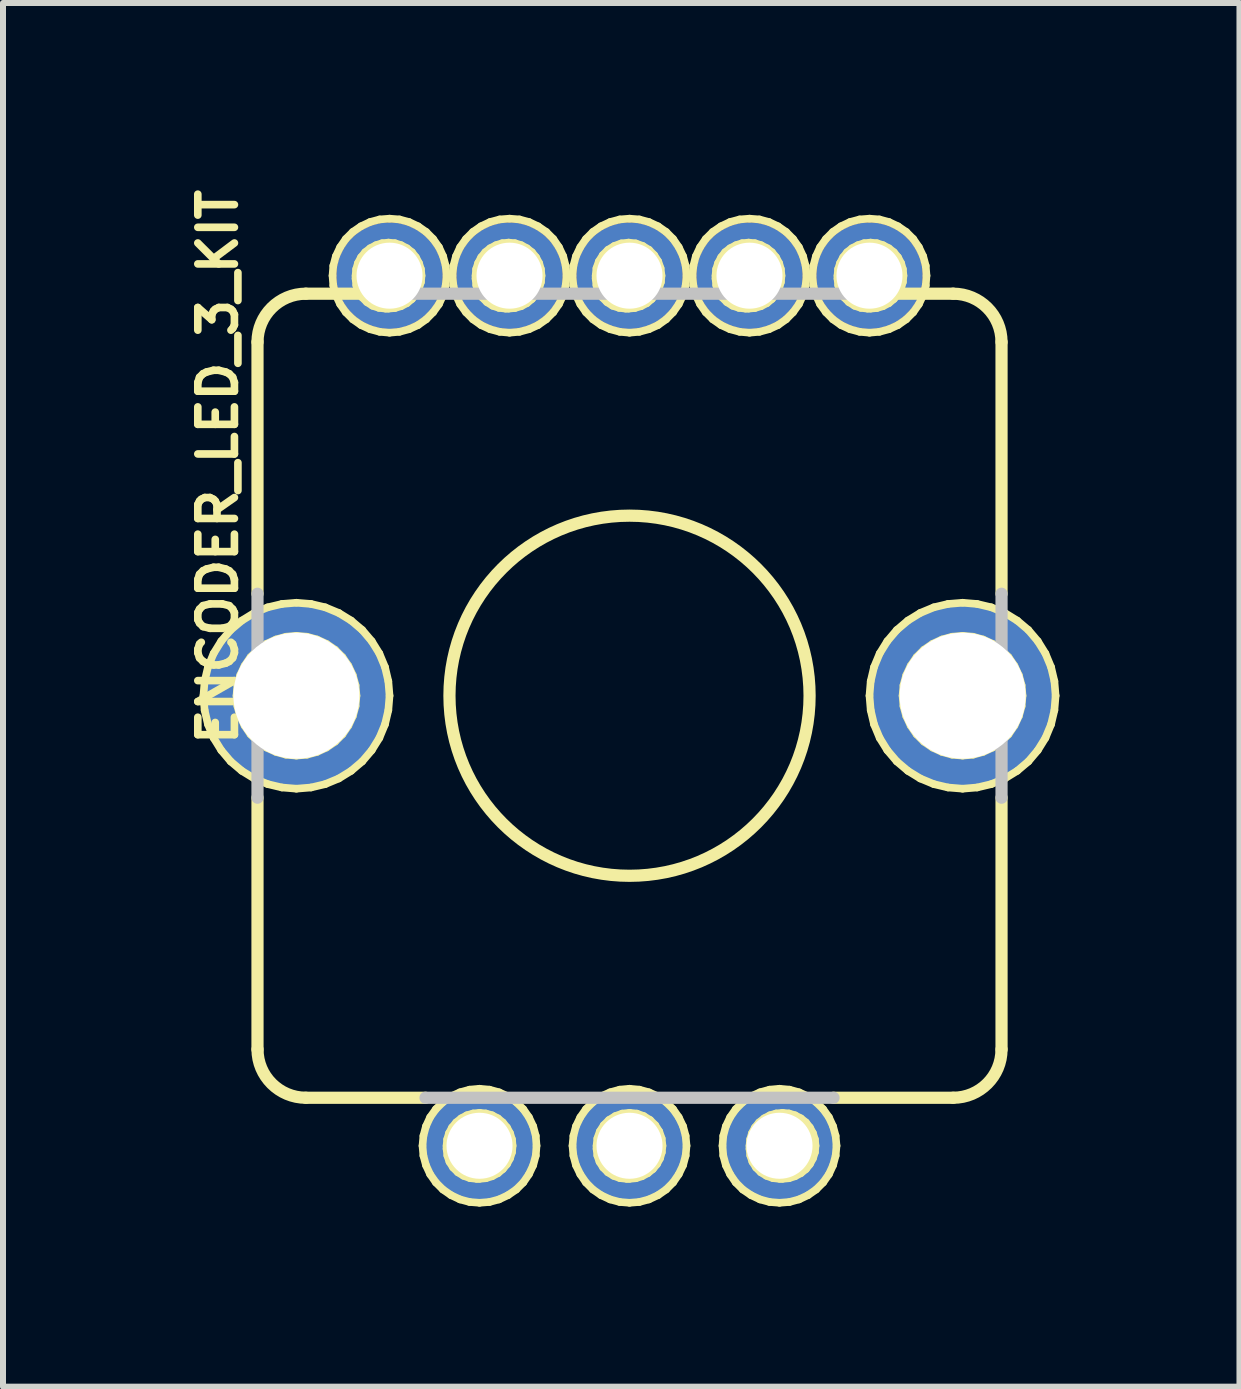
<source format=kicad_pcb>
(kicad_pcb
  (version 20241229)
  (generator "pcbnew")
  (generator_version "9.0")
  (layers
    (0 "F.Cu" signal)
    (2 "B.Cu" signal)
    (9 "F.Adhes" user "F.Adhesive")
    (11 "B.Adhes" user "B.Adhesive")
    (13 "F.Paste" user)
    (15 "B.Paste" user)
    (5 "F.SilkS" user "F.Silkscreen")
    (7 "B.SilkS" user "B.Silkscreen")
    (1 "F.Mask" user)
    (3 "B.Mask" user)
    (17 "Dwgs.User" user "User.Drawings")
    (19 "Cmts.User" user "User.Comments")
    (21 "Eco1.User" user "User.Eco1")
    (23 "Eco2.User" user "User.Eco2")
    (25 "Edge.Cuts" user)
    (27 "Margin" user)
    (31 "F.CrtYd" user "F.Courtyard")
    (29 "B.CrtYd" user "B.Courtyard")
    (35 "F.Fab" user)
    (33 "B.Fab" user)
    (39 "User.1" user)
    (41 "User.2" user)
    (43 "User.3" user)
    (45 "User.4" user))
  (footprint "ENCODER_LED_3_KIT"
    (layer "F.Cu")
    (at 7.438 8.541)
    (property "Reference" "ENCODER_LED_3_KIT" (at -6.858 -3.81 90) (layer "F.SilkS") (effects (font (size 0.61 0.61) (thickness 0.127))))
    (attr exclude_from_pos_files exclude_from_bom)
    (fp_line (start -7.099 0) (end -7.079 -0.241) (stroke (width 0.127) (type solid)) (layer "F.SilkS"))
    (fp_line (start -7.079 -0.241) (end -7.023 -0.478) (stroke (width 0.127) (type solid)) (layer "F.SilkS"))
    (fp_line (start -7.079 0.241) (end -7.099 0) (stroke (width 0.127) (type solid)) (layer "F.SilkS"))
    (fp_line (start -7.023 -0.478) (end -6.929 -0.704) (stroke (width 0.127) (type solid)) (layer "F.SilkS"))
    (fp_line (start -7.023 0.478) (end -7.079 0.241) (stroke (width 0.127) (type solid)) (layer "F.SilkS"))
    (fp_line (start -6.929 -0.704) (end -6.802 -0.909) (stroke (width 0.127) (type solid)) (layer "F.SilkS"))
    (fp_line (start -6.929 0.704) (end -7.023 0.478) (stroke (width 0.127) (type solid)) (layer "F.SilkS"))
    (fp_line (start -6.802 -0.909) (end -6.645 -1.095) (stroke (width 0.127) (type solid)) (layer "F.SilkS"))
    (fp_line (start -6.802 0.909) (end -6.929 0.704) (stroke (width 0.127) (type solid)) (layer "F.SilkS"))
    (fp_line (start -6.645 -1.095) (end -6.459 -1.252) (stroke (width 0.127) (type solid)) (layer "F.SilkS"))
    (fp_line (start -6.645 1.095) (end -6.802 0.909) (stroke (width 0.127) (type solid)) (layer "F.SilkS"))
    (fp_line (start -6.548 0) (end -6.533 0.173) (stroke (width 0.127) (type solid)) (layer "F.SilkS"))
    (fp_line (start -6.533 -0.173) (end -6.548 0) (stroke (width 0.127) (type solid)) (layer "F.SilkS"))
    (fp_line (start -6.533 0.173) (end -6.487 0.34) (stroke (width 0.127) (type solid)) (layer "F.SilkS"))
    (fp_line (start -6.487 -0.34) (end -6.533 -0.173) (stroke (width 0.127) (type solid)) (layer "F.SilkS"))
    (fp_line (start -6.487 0.34) (end -6.413 0.498) (stroke (width 0.127) (type solid)) (layer "F.SilkS"))
    (fp_line (start -6.459 -1.252) (end -6.253 -1.379) (stroke (width 0.127) (type solid)) (layer "F.SilkS"))
    (fp_line (start -6.459 1.252) (end -6.645 1.095) (stroke (width 0.127) (type solid)) (layer "F.SilkS"))
    (fp_line (start -6.413 -0.498) (end -6.487 -0.34) (stroke (width 0.127) (type solid)) (layer "F.SilkS"))
    (fp_line (start -6.413 0.498) (end -6.314 0.643) (stroke (width 0.127) (type solid)) (layer "F.SilkS"))
    (fp_line (start -6.314 -0.643) (end -6.413 -0.498) (stroke (width 0.127) (type solid)) (layer "F.SilkS"))
    (fp_line (start -6.314 0.643) (end -6.193 0.765) (stroke (width 0.127) (type solid)) (layer "F.SilkS"))
    (fp_line (start -6.253 -1.379) (end -6.027 -1.473) (stroke (width 0.127) (type solid)) (layer "F.SilkS"))
    (fp_line (start -6.253 1.379) (end -6.459 1.252) (stroke (width 0.127) (type solid)) (layer "F.SilkS"))
    (fp_line (start -6.198 -1.699) (end -6.198 -5.893) (stroke (width 0.203) (type solid)) (layer "F.SilkS"))
    (fp_line (start -6.198 1.699) (end -6.198 5.893) (stroke (width 0.203) (type solid)) (layer "F.SilkS"))
    (fp_line (start -6.193 -0.765) (end -6.314 -0.643) (stroke (width 0.127) (type solid)) (layer "F.SilkS"))
    (fp_line (start -6.193 0.765) (end -6.048 0.864) (stroke (width 0.127) (type solid)) (layer "F.SilkS"))
    (fp_line (start -6.048 -0.864) (end -6.193 -0.765) (stroke (width 0.127) (type solid)) (layer "F.SilkS"))
    (fp_line (start -6.048 0.864) (end -5.89 0.937) (stroke (width 0.127) (type solid)) (layer "F.SilkS"))
    (fp_line (start -6.027 -1.473) (end -5.791 -1.529) (stroke (width 0.127) (type solid)) (layer "F.SilkS"))
    (fp_line (start -6.027 1.473) (end -6.253 1.379) (stroke (width 0.127) (type solid)) (layer "F.SilkS"))
    (fp_line (start -5.89 -0.937) (end -6.048 -0.864) (stroke (width 0.127) (type solid)) (layer "F.SilkS"))
    (fp_line (start -5.89 0.937) (end -5.723 0.983) (stroke (width 0.127) (type solid)) (layer "F.SilkS"))
    (fp_line (start -5.791 -1.529) (end -5.55 -1.549) (stroke (width 0.127) (type solid)) (layer "F.SilkS"))
    (fp_line (start -5.791 1.529) (end -6.027 1.473) (stroke (width 0.127) (type solid)) (layer "F.SilkS"))
    (fp_line (start -5.723 -0.983) (end -5.89 -0.937) (stroke (width 0.127) (type solid)) (layer "F.SilkS"))
    (fp_line (start -5.723 0.983) (end -5.55 0.998) (stroke (width 0.127) (type solid)) (layer "F.SilkS"))
    (fp_line (start -5.55 -1.549) (end -5.306 -1.529) (stroke (width 0.127) (type solid)) (layer "F.SilkS"))
    (fp_line (start -5.55 -0.998) (end -5.723 -0.983) (stroke (width 0.127) (type solid)) (layer "F.SilkS"))
    (fp_line (start -5.55 0.998) (end -5.375 0.983) (stroke (width 0.127) (type solid)) (layer "F.SilkS"))
    (fp_line (start -5.55 1.549) (end -5.791 1.529) (stroke (width 0.127) (type solid)) (layer "F.SilkS"))
    (fp_line (start -5.392 -6.698) (end -3.899 -6.698) (stroke (width 0.203) (type solid)) (layer "F.SilkS"))
    (fp_line (start -5.392 6.698) (end -3.399 6.698) (stroke (width 0.203) (type solid)) (layer "F.SilkS"))
    (fp_line (start -5.375 -0.983) (end -5.55 -0.998) (stroke (width 0.127) (type solid)) (layer "F.SilkS"))
    (fp_line (start -5.375 0.983) (end -5.207 0.937) (stroke (width 0.127) (type solid)) (layer "F.SilkS"))
    (fp_line (start -5.306 -1.529) (end -5.07 -1.473) (stroke (width 0.127) (type solid)) (layer "F.SilkS"))
    (fp_line (start -5.306 1.529) (end -5.55 1.549) (stroke (width 0.127) (type solid)) (layer "F.SilkS"))
    (fp_line (start -5.207 -0.937) (end -5.375 -0.983) (stroke (width 0.127) (type solid)) (layer "F.SilkS"))
    (fp_line (start -5.207 0.937) (end -5.05 0.864) (stroke (width 0.127) (type solid)) (layer "F.SilkS"))
    (fp_line (start -5.07 -1.473) (end -4.844 -1.379) (stroke (width 0.127) (type solid)) (layer "F.SilkS"))
    (fp_line (start -5.07 1.473) (end -5.306 1.529) (stroke (width 0.127) (type solid)) (layer "F.SilkS"))
    (fp_line (start -5.05 -0.864) (end -5.207 -0.937) (stroke (width 0.127) (type solid)) (layer "F.SilkS"))
    (fp_line (start -5.05 0.864) (end -4.905 0.765) (stroke (width 0.127) (type solid)) (layer "F.SilkS"))
    (fp_line (start -4.948 -6.998) (end -4.935 -6.833) (stroke (width 0.127) (type solid)) (layer "F.SilkS"))
    (fp_line (start -4.935 -7.163) (end -4.948 -6.998) (stroke (width 0.127) (type solid)) (layer "F.SilkS"))
    (fp_line (start -4.935 -6.833) (end -4.892 -6.673) (stroke (width 0.127) (type solid)) (layer "F.SilkS"))
    (fp_line (start -4.905 -0.765) (end -5.05 -0.864) (stroke (width 0.127) (type solid)) (layer "F.SilkS"))
    (fp_line (start -4.905 0.765) (end -4.783 0.643) (stroke (width 0.127) (type solid)) (layer "F.SilkS"))
    (fp_line (start -4.892 -7.323) (end -4.935 -7.163) (stroke (width 0.127) (type solid)) (layer "F.SilkS"))
    (fp_line (start -4.892 -6.673) (end -4.821 -6.523) (stroke (width 0.127) (type solid)) (layer "F.SilkS"))
    (fp_line (start -4.844 -1.379) (end -4.638 -1.252) (stroke (width 0.127) (type solid)) (layer "F.SilkS"))
    (fp_line (start -4.844 1.379) (end -5.07 1.473) (stroke (width 0.127) (type solid)) (layer "F.SilkS"))
    (fp_line (start -4.821 -7.473) (end -4.892 -7.323) (stroke (width 0.127) (type solid)) (layer "F.SilkS"))
    (fp_line (start -4.821 -6.523) (end -4.727 -6.388) (stroke (width 0.127) (type solid)) (layer "F.SilkS"))
    (fp_line (start -4.783 -0.643) (end -4.905 -0.765) (stroke (width 0.127) (type solid)) (layer "F.SilkS"))
    (fp_line (start -4.783 0.643) (end -4.684 0.498) (stroke (width 0.127) (type solid)) (layer "F.SilkS"))
    (fp_line (start -4.727 -7.61) (end -4.821 -7.473) (stroke (width 0.127) (type solid)) (layer "F.SilkS"))
    (fp_line (start -4.727 -6.388) (end -4.61 -6.271) (stroke (width 0.127) (type solid)) (layer "F.SilkS"))
    (fp_line (start -4.684 -0.498) (end -4.783 -0.643) (stroke (width 0.127) (type solid)) (layer "F.SilkS"))
    (fp_line (start -4.684 0.498) (end -4.61 0.34) (stroke (width 0.127) (type solid)) (layer "F.SilkS"))
    (fp_line (start -4.638 -1.252) (end -4.453 -1.095) (stroke (width 0.127) (type solid)) (layer "F.SilkS"))
    (fp_line (start -4.638 1.252) (end -4.844 1.379) (stroke (width 0.127) (type solid)) (layer "F.SilkS"))
    (fp_line (start -4.61 -7.727) (end -4.727 -7.61) (stroke (width 0.127) (type solid)) (layer "F.SilkS"))
    (fp_line (start -4.61 -6.271) (end -4.473 -6.175) (stroke (width 0.127) (type solid)) (layer "F.SilkS"))
    (fp_line (start -4.61 -0.34) (end -4.684 -0.498) (stroke (width 0.127) (type solid)) (layer "F.SilkS"))
    (fp_line (start -4.61 0.34) (end -4.564 0.173) (stroke (width 0.127) (type solid)) (layer "F.SilkS"))
    (fp_line (start -4.564 -6.998) (end -4.564 -6.949) (stroke (width 0.127) (type solid)) (layer "F.SilkS"))
    (fp_line (start -4.564 -6.949) (end -4.552 -6.838) (stroke (width 0.127) (type solid)) (layer "F.SilkS"))
    (fp_line (start -4.564 -0.173) (end -4.61 -0.34) (stroke (width 0.127) (type solid)) (layer "F.SilkS"))
    (fp_line (start -4.564 0.173) (end -4.549 0) (stroke (width 0.127) (type solid)) (layer "F.SilkS"))
    (fp_line (start -4.554 -7.107) (end -4.564 -6.998) (stroke (width 0.127) (type solid)) (layer "F.SilkS"))
    (fp_line (start -4.552 -6.838) (end -4.516 -6.731) (stroke (width 0.127) (type solid)) (layer "F.SilkS"))
    (fp_line (start -4.549 0) (end -4.564 -0.173) (stroke (width 0.127) (type solid)) (layer "F.SilkS"))
    (fp_line (start -4.524 -7.209) (end -4.554 -7.107) (stroke (width 0.127) (type solid)) (layer "F.SilkS"))
    (fp_line (start -4.516 -6.731) (end -4.455 -6.637) (stroke (width 0.127) (type solid)) (layer "F.SilkS"))
    (fp_line (start -4.473 -7.821) (end -4.61 -7.727) (stroke (width 0.127) (type solid)) (layer "F.SilkS"))
    (fp_line (start -4.473 -7.305) (end -4.524 -7.209) (stroke (width 0.127) (type solid)) (layer "F.SilkS"))
    (fp_line (start -4.473 -6.175) (end -4.323 -6.106) (stroke (width 0.127) (type solid)) (layer "F.SilkS"))
    (fp_line (start -4.455 -6.637) (end -4.376 -6.558) (stroke (width 0.127) (type solid)) (layer "F.SilkS"))
    (fp_line (start -4.453 -1.095) (end -4.295 -0.909) (stroke (width 0.127) (type solid)) (layer "F.SilkS"))
    (fp_line (start -4.453 1.095) (end -4.638 1.252) (stroke (width 0.127) (type solid)) (layer "F.SilkS"))
    (fp_line (start -4.404 -7.389) (end -4.473 -7.305) (stroke (width 0.127) (type solid)) (layer "F.SilkS"))
    (fp_line (start -4.376 -6.558) (end -4.282 -6.497) (stroke (width 0.127) (type solid)) (layer "F.SilkS"))
    (fp_line (start -4.323 -7.892) (end -4.473 -7.821) (stroke (width 0.127) (type solid)) (layer "F.SilkS"))
    (fp_line (start -4.323 -6.106) (end -4.163 -6.063) (stroke (width 0.127) (type solid)) (layer "F.SilkS"))
    (fp_line (start -4.321 -7.455) (end -4.404 -7.389) (stroke (width 0.127) (type solid)) (layer "F.SilkS"))
    (fp_line (start -4.295 -0.909) (end -4.168 -0.704) (stroke (width 0.127) (type solid)) (layer "F.SilkS"))
    (fp_line (start -4.295 0.909) (end -4.453 1.095) (stroke (width 0.127) (type solid)) (layer "F.SilkS"))
    (fp_line (start -4.282 -6.497) (end -4.176 -6.462) (stroke (width 0.127) (type solid)) (layer "F.SilkS"))
    (fp_line (start -4.224 -7.506) (end -4.321 -7.455) (stroke (width 0.127) (type solid)) (layer "F.SilkS"))
    (fp_line (start -4.176 -6.462) (end -4.064 -6.449) (stroke (width 0.127) (type solid)) (layer "F.SilkS"))
    (fp_line (start -4.168 -0.704) (end -4.074 -0.478) (stroke (width 0.127) (type solid)) (layer "F.SilkS"))
    (fp_line (start -4.168 0.704) (end -4.295 0.909) (stroke (width 0.127) (type solid)) (layer "F.SilkS"))
    (fp_line (start -4.163 -7.935) (end -4.323 -7.892) (stroke (width 0.127) (type solid)) (layer "F.SilkS"))
    (fp_line (start -4.163 -6.063) (end -3.998 -6.048) (stroke (width 0.127) (type solid)) (layer "F.SilkS"))
    (fp_line (start -4.122 -7.539) (end -4.224 -7.506) (stroke (width 0.127) (type solid)) (layer "F.SilkS"))
    (fp_line (start -4.074 -0.478) (end -4.018 -0.241) (stroke (width 0.127) (type solid)) (layer "F.SilkS"))
    (fp_line (start -4.074 0.478) (end -4.168 0.704) (stroke (width 0.127) (type solid)) (layer "F.SilkS"))
    (fp_line (start -4.064 -6.449) (end -4.016 -6.449) (stroke (width 0.127) (type solid)) (layer "F.SilkS"))
    (fp_line (start -4.018 -0.241) (end -3.998 0) (stroke (width 0.127) (type solid)) (layer "F.SilkS"))
    (fp_line (start -4.018 0.241) (end -4.074 0.478) (stroke (width 0.127) (type solid)) (layer "F.SilkS"))
    (fp_line (start -4.016 -7.549) (end -4.122 -7.539) (stroke (width 0.127) (type solid)) (layer "F.SilkS"))
    (fp_line (start -4.016 -6.449) (end -3.907 -6.459) (stroke (width 0.127) (type solid)) (layer "F.SilkS"))
    (fp_line (start -3.998 -7.948) (end -4.163 -7.935) (stroke (width 0.127) (type solid)) (layer "F.SilkS"))
    (fp_line (start -3.998 -6.048) (end -3.833 -6.063) (stroke (width 0.127) (type solid)) (layer "F.SilkS"))
    (fp_line (start -3.998 0) (end -4.018 0.241) (stroke (width 0.127) (type solid)) (layer "F.SilkS"))
    (fp_line (start -3.907 -7.539) (end -4.016 -7.549) (stroke (width 0.127) (type solid)) (layer "F.SilkS"))
    (fp_line (start -3.907 -6.459) (end -3.805 -6.49) (stroke (width 0.127) (type solid)) (layer "F.SilkS"))
    (fp_line (start -3.833 -7.935) (end -3.998 -7.948) (stroke (width 0.127) (type solid)) (layer "F.SilkS"))
    (fp_line (start -3.833 -6.063) (end -3.673 -6.106) (stroke (width 0.127) (type solid)) (layer "F.SilkS"))
    (fp_line (start -3.805 -7.506) (end -3.907 -7.539) (stroke (width 0.127) (type solid)) (layer "F.SilkS"))
    (fp_line (start -3.805 -6.49) (end -3.708 -6.54) (stroke (width 0.127) (type solid)) (layer "F.SilkS"))
    (fp_line (start -3.708 -7.455) (end -3.805 -7.506) (stroke (width 0.127) (type solid)) (layer "F.SilkS"))
    (fp_line (start -3.708 -6.54) (end -3.625 -6.609) (stroke (width 0.127) (type solid)) (layer "F.SilkS"))
    (fp_line (start -3.673 -7.892) (end -3.833 -7.935) (stroke (width 0.127) (type solid)) (layer "F.SilkS"))
    (fp_line (start -3.673 -6.106) (end -3.523 -6.175) (stroke (width 0.127) (type solid)) (layer "F.SilkS"))
    (fp_line (start -3.625 -7.389) (end -3.708 -7.455) (stroke (width 0.127) (type solid)) (layer "F.SilkS"))
    (fp_line (start -3.625 -6.609) (end -3.559 -6.693) (stroke (width 0.127) (type solid)) (layer "F.SilkS"))
    (fp_line (start -3.559 -7.305) (end -3.625 -7.389) (stroke (width 0.127) (type solid)) (layer "F.SilkS"))
    (fp_line (start -3.559 -6.693) (end -3.508 -6.789) (stroke (width 0.127) (type solid)) (layer "F.SilkS"))
    (fp_line (start -3.523 -7.821) (end -3.673 -7.892) (stroke (width 0.127) (type solid)) (layer "F.SilkS"))
    (fp_line (start -3.523 -6.175) (end -3.388 -6.271) (stroke (width 0.127) (type solid)) (layer "F.SilkS"))
    (fp_line (start -3.508 -7.209) (end -3.559 -7.305) (stroke (width 0.127) (type solid)) (layer "F.SilkS"))
    (fp_line (start -3.508 -6.789) (end -3.475 -6.891) (stroke (width 0.127) (type solid)) (layer "F.SilkS"))
    (fp_line (start -3.475 -7.107) (end -3.508 -7.209) (stroke (width 0.127) (type solid)) (layer "F.SilkS"))
    (fp_line (start -3.475 -6.891) (end -3.465 -6.998) (stroke (width 0.127) (type solid)) (layer "F.SilkS"))
    (fp_line (start -3.465 -6.998) (end -3.475 -7.107) (stroke (width 0.127) (type solid)) (layer "F.SilkS"))
    (fp_line (start -3.449 7.498) (end -3.434 7.663) (stroke (width 0.127) (type solid)) (layer "F.SilkS"))
    (fp_line (start -3.434 7.333) (end -3.449 7.498) (stroke (width 0.127) (type solid)) (layer "F.SilkS"))
    (fp_line (start -3.434 7.663) (end -3.391 7.823) (stroke (width 0.127) (type solid)) (layer "F.SilkS"))
    (fp_line (start -3.391 7.173) (end -3.434 7.333) (stroke (width 0.127) (type solid)) (layer "F.SilkS"))
    (fp_line (start -3.391 7.823) (end -3.322 7.973) (stroke (width 0.127) (type solid)) (layer "F.SilkS"))
    (fp_line (start -3.388 -7.727) (end -3.523 -7.821) (stroke (width 0.127) (type solid)) (layer "F.SilkS"))
    (fp_line (start -3.388 -6.271) (end -3.272 -6.388) (stroke (width 0.127) (type solid)) (layer "F.SilkS"))
    (fp_line (start -3.322 7.023) (end -3.391 7.173) (stroke (width 0.127) (type solid)) (layer "F.SilkS"))
    (fp_line (start -3.322 7.973) (end -3.226 8.11) (stroke (width 0.127) (type solid)) (layer "F.SilkS"))
    (fp_line (start -3.272 -7.61) (end -3.388 -7.727) (stroke (width 0.127) (type solid)) (layer "F.SilkS"))
    (fp_line (start -3.272 -6.388) (end -3.175 -6.523) (stroke (width 0.127) (type solid)) (layer "F.SilkS"))
    (fp_line (start -3.226 6.888) (end -3.322 7.023) (stroke (width 0.127) (type solid)) (layer "F.SilkS"))
    (fp_line (start -3.226 8.11) (end -3.109 8.227) (stroke (width 0.127) (type solid)) (layer "F.SilkS"))
    (fp_line (start -3.175 -7.473) (end -3.272 -7.61) (stroke (width 0.127) (type solid)) (layer "F.SilkS"))
    (fp_line (start -3.175 -6.523) (end -3.106 -6.673) (stroke (width 0.127) (type solid)) (layer "F.SilkS"))
    (fp_line (start -3.109 6.772) (end -3.226 6.888) (stroke (width 0.127) (type solid)) (layer "F.SilkS"))
    (fp_line (start -3.109 8.227) (end -2.974 8.321) (stroke (width 0.127) (type solid)) (layer "F.SilkS"))
    (fp_line (start -3.106 -7.323) (end -3.175 -7.473) (stroke (width 0.127) (type solid)) (layer "F.SilkS"))
    (fp_line (start -3.106 -6.673) (end -3.063 -6.833) (stroke (width 0.127) (type solid)) (layer "F.SilkS"))
    (fp_line (start -3.063 -7.163) (end -3.106 -7.323) (stroke (width 0.127) (type solid)) (layer "F.SilkS"))
    (fp_line (start -3.063 -6.833) (end -3.048 -6.998) (stroke (width 0.127) (type solid)) (layer "F.SilkS"))
    (fp_line (start -3.048 -6.998) (end -3.063 -7.163) (stroke (width 0.127) (type solid)) (layer "F.SilkS"))
    (fp_line (start -3.048 7.498) (end -3.048 7.549) (stroke (width 0.127) (type solid)) (layer "F.SilkS"))
    (fp_line (start -3.048 7.549) (end -3.035 7.661) (stroke (width 0.127) (type solid)) (layer "F.SilkS"))
    (fp_line (start -3.038 7.391) (end -3.048 7.498) (stroke (width 0.127) (type solid)) (layer "F.SilkS"))
    (fp_line (start -3.035 7.661) (end -3 7.765) (stroke (width 0.127) (type solid)) (layer "F.SilkS"))
    (fp_line (start -3.007 7.287) (end -3.038 7.391) (stroke (width 0.127) (type solid)) (layer "F.SilkS"))
    (fp_line (start -3 7.765) (end -2.939 7.861) (stroke (width 0.127) (type solid)) (layer "F.SilkS"))
    (fp_line (start -2.974 6.675) (end -3.109 6.772) (stroke (width 0.127) (type solid)) (layer "F.SilkS"))
    (fp_line (start -2.974 8.321) (end -2.824 8.392) (stroke (width 0.127) (type solid)) (layer "F.SilkS"))
    (fp_line (start -2.957 7.193) (end -3.007 7.287) (stroke (width 0.127) (type solid)) (layer "F.SilkS"))
    (fp_line (start -2.949 -6.998) (end -2.934 -6.833) (stroke (width 0.127) (type solid)) (layer "F.SilkS"))
    (fp_line (start -2.939 7.861) (end -2.86 7.94) (stroke (width 0.127) (type solid)) (layer "F.SilkS"))
    (fp_line (start -2.934 -7.163) (end -2.949 -6.998) (stroke (width 0.127) (type solid)) (layer "F.SilkS"))
    (fp_line (start -2.934 -6.833) (end -2.891 -6.673) (stroke (width 0.127) (type solid)) (layer "F.SilkS"))
    (fp_line (start -2.891 -7.323) (end -2.934 -7.163) (stroke (width 0.127) (type solid)) (layer "F.SilkS"))
    (fp_line (start -2.891 -6.673) (end -2.822 -6.523) (stroke (width 0.127) (type solid)) (layer "F.SilkS"))
    (fp_line (start -2.888 7.109) (end -2.957 7.193) (stroke (width 0.127) (type solid)) (layer "F.SilkS"))
    (fp_line (start -2.86 7.94) (end -2.766 7.998) (stroke (width 0.127) (type solid)) (layer "F.SilkS"))
    (fp_line (start -2.824 6.607) (end -2.974 6.675) (stroke (width 0.127) (type solid)) (layer "F.SilkS"))
    (fp_line (start -2.824 8.392) (end -2.664 8.435) (stroke (width 0.127) (type solid)) (layer "F.SilkS"))
    (fp_line (start -2.822 -7.473) (end -2.891 -7.323) (stroke (width 0.127) (type solid)) (layer "F.SilkS"))
    (fp_line (start -2.822 -6.523) (end -2.725 -6.388) (stroke (width 0.127) (type solid)) (layer "F.SilkS"))
    (fp_line (start -2.804 7.041) (end -2.888 7.109) (stroke (width 0.127) (type solid)) (layer "F.SilkS"))
    (fp_line (start -2.766 7.998) (end -2.659 8.037) (stroke (width 0.127) (type solid)) (layer "F.SilkS"))
    (fp_line (start -2.725 -7.61) (end -2.822 -7.473) (stroke (width 0.127) (type solid)) (layer "F.SilkS"))
    (fp_line (start -2.725 -6.388) (end -2.609 -6.271) (stroke (width 0.127) (type solid)) (layer "F.SilkS"))
    (fp_line (start -2.71 6.99) (end -2.804 7.041) (stroke (width 0.127) (type solid)) (layer "F.SilkS"))
    (fp_line (start -2.664 6.563) (end -2.824 6.607) (stroke (width 0.127) (type solid)) (layer "F.SilkS"))
    (fp_line (start -2.664 8.435) (end -2.499 8.448) (stroke (width 0.127) (type solid)) (layer "F.SilkS"))
    (fp_line (start -2.659 8.037) (end -2.548 8.049) (stroke (width 0.127) (type solid)) (layer "F.SilkS"))
    (fp_line (start -2.609 -7.727) (end -2.725 -7.61) (stroke (width 0.127) (type solid)) (layer "F.SilkS"))
    (fp_line (start -2.609 -6.271) (end -2.474 -6.175) (stroke (width 0.127) (type solid)) (layer "F.SilkS"))
    (fp_line (start -2.606 6.96) (end -2.71 6.99) (stroke (width 0.127) (type solid)) (layer "F.SilkS"))
    (fp_line (start -2.565 -6.998) (end -2.565 -6.949) (stroke (width 0.127) (type solid)) (layer "F.SilkS"))
    (fp_line (start -2.565 -6.949) (end -2.553 -6.838) (stroke (width 0.127) (type solid)) (layer "F.SilkS"))
    (fp_line (start -2.555 -7.107) (end -2.565 -6.998) (stroke (width 0.127) (type solid)) (layer "F.SilkS"))
    (fp_line (start -2.553 -6.838) (end -2.515 -6.731) (stroke (width 0.127) (type solid)) (layer "F.SilkS"))
    (fp_line (start -2.548 8.049) (end -2.499 8.049) (stroke (width 0.127) (type solid)) (layer "F.SilkS"))
    (fp_line (start -2.522 -7.209) (end -2.555 -7.107) (stroke (width 0.127) (type solid)) (layer "F.SilkS"))
    (fp_line (start -2.515 -6.731) (end -2.456 -6.637) (stroke (width 0.127) (type solid)) (layer "F.SilkS"))
    (fp_line (start -2.499 6.548) (end -2.664 6.563) (stroke (width 0.127) (type solid)) (layer "F.SilkS"))
    (fp_line (start -2.499 6.949) (end -2.606 6.96) (stroke (width 0.127) (type solid)) (layer "F.SilkS"))
    (fp_line (start -2.499 8.049) (end -2.393 8.039) (stroke (width 0.127) (type solid)) (layer "F.SilkS"))
    (fp_line (start -2.499 8.448) (end -2.334 8.435) (stroke (width 0.127) (type solid)) (layer "F.SilkS"))
    (fp_line (start -2.474 -7.821) (end -2.609 -7.727) (stroke (width 0.127) (type solid)) (layer "F.SilkS"))
    (fp_line (start -2.474 -6.175) (end -2.324 -6.106) (stroke (width 0.127) (type solid)) (layer "F.SilkS"))
    (fp_line (start -2.471 -7.305) (end -2.522 -7.209) (stroke (width 0.127) (type solid)) (layer "F.SilkS"))
    (fp_line (start -2.456 -6.637) (end -2.377 -6.558) (stroke (width 0.127) (type solid)) (layer "F.SilkS"))
    (fp_line (start -2.403 -7.389) (end -2.471 -7.305) (stroke (width 0.127) (type solid)) (layer "F.SilkS"))
    (fp_line (start -2.393 6.96) (end -2.499 6.949) (stroke (width 0.127) (type solid)) (layer "F.SilkS"))
    (fp_line (start -2.393 8.039) (end -2.289 8.006) (stroke (width 0.127) (type solid)) (layer "F.SilkS"))
    (fp_line (start -2.377 -6.558) (end -2.281 -6.497) (stroke (width 0.127) (type solid)) (layer "F.SilkS"))
    (fp_line (start -2.334 6.563) (end -2.499 6.548) (stroke (width 0.127) (type solid)) (layer "F.SilkS"))
    (fp_line (start -2.334 8.435) (end -2.174 8.392) (stroke (width 0.127) (type solid)) (layer "F.SilkS"))
    (fp_line (start -2.324 -7.892) (end -2.474 -7.821) (stroke (width 0.127) (type solid)) (layer "F.SilkS"))
    (fp_line (start -2.324 -6.106) (end -2.164 -6.063) (stroke (width 0.127) (type solid)) (layer "F.SilkS"))
    (fp_line (start -2.322 -7.455) (end -2.403 -7.389) (stroke (width 0.127) (type solid)) (layer "F.SilkS"))
    (fp_line (start -2.289 6.99) (end -2.393 6.96) (stroke (width 0.127) (type solid)) (layer "F.SilkS"))
    (fp_line (start -2.289 8.006) (end -2.192 7.955) (stroke (width 0.127) (type solid)) (layer "F.SilkS"))
    (fp_line (start -2.281 -6.497) (end -2.177 -6.462) (stroke (width 0.127) (type solid)) (layer "F.SilkS"))
    (fp_line (start -2.225 -7.506) (end -2.322 -7.455) (stroke (width 0.127) (type solid)) (layer "F.SilkS"))
    (fp_line (start -2.192 7.041) (end -2.289 6.99) (stroke (width 0.127) (type solid)) (layer "F.SilkS"))
    (fp_line (start -2.192 7.955) (end -2.111 7.887) (stroke (width 0.127) (type solid)) (layer "F.SilkS"))
    (fp_line (start -2.177 -6.462) (end -2.065 -6.449) (stroke (width 0.127) (type solid)) (layer "F.SilkS"))
    (fp_line (start -2.174 6.607) (end -2.334 6.563) (stroke (width 0.127) (type solid)) (layer "F.SilkS"))
    (fp_line (start -2.174 8.392) (end -2.024 8.321) (stroke (width 0.127) (type solid)) (layer "F.SilkS"))
    (fp_line (start -2.164 -7.935) (end -2.324 -7.892) (stroke (width 0.127) (type solid)) (layer "F.SilkS"))
    (fp_line (start -2.164 -6.063) (end -1.999 -6.048) (stroke (width 0.127) (type solid)) (layer "F.SilkS"))
    (fp_line (start -2.121 -7.539) (end -2.225 -7.506) (stroke (width 0.127) (type solid)) (layer "F.SilkS"))
    (fp_line (start -2.111 7.109) (end -2.192 7.041) (stroke (width 0.127) (type solid)) (layer "F.SilkS"))
    (fp_line (start -2.111 7.887) (end -2.042 7.805) (stroke (width 0.127) (type solid)) (layer "F.SilkS"))
    (fp_line (start -2.065 -6.449) (end -2.014 -6.449) (stroke (width 0.127) (type solid)) (layer "F.SilkS"))
    (fp_line (start -2.042 7.193) (end -2.111 7.109) (stroke (width 0.127) (type solid)) (layer "F.SilkS"))
    (fp_line (start -2.042 7.805) (end -1.991 7.709) (stroke (width 0.127) (type solid)) (layer "F.SilkS"))
    (fp_line (start -2.024 6.675) (end -2.174 6.607) (stroke (width 0.127) (type solid)) (layer "F.SilkS"))
    (fp_line (start -2.024 8.321) (end -1.887 8.227) (stroke (width 0.127) (type solid)) (layer "F.SilkS"))
    (fp_line (start -2.014 -7.549) (end -2.121 -7.539) (stroke (width 0.127) (type solid)) (layer "F.SilkS"))
    (fp_line (start -2.014 -6.449) (end -1.908 -6.459) (stroke (width 0.127) (type solid)) (layer "F.SilkS"))
    (fp_line (start -1.999 -7.948) (end -2.164 -7.935) (stroke (width 0.127) (type solid)) (layer "F.SilkS"))
    (fp_line (start -1.999 -6.048) (end -1.834 -6.063) (stroke (width 0.127) (type solid)) (layer "F.SilkS"))
    (fp_line (start -1.991 7.287) (end -2.042 7.193) (stroke (width 0.127) (type solid)) (layer "F.SilkS"))
    (fp_line (start -1.991 7.709) (end -1.958 7.607) (stroke (width 0.127) (type solid)) (layer "F.SilkS"))
    (fp_line (start -1.958 7.391) (end -1.991 7.287) (stroke (width 0.127) (type solid)) (layer "F.SilkS"))
    (fp_line (start -1.958 7.607) (end -1.948 7.498) (stroke (width 0.127) (type solid)) (layer "F.SilkS"))
    (fp_line (start -1.948 7.498) (end -1.958 7.391) (stroke (width 0.127) (type solid)) (layer "F.SilkS"))
    (fp_line (start -1.908 -7.539) (end -2.014 -7.549) (stroke (width 0.127) (type solid)) (layer "F.SilkS"))
    (fp_line (start -1.908 -6.459) (end -1.803 -6.49) (stroke (width 0.127) (type solid)) (layer "F.SilkS"))
    (fp_line (start -1.887 6.772) (end -2.024 6.675) (stroke (width 0.127) (type solid)) (layer "F.SilkS"))
    (fp_line (start -1.887 8.227) (end -1.77 8.11) (stroke (width 0.127) (type solid)) (layer "F.SilkS"))
    (fp_line (start -1.834 -7.935) (end -1.999 -7.948) (stroke (width 0.127) (type solid)) (layer "F.SilkS"))
    (fp_line (start -1.834 -6.063) (end -1.674 -6.106) (stroke (width 0.127) (type solid)) (layer "F.SilkS"))
    (fp_line (start -1.803 -7.506) (end -1.908 -7.539) (stroke (width 0.127) (type solid)) (layer "F.SilkS"))
    (fp_line (start -1.803 -6.49) (end -1.709 -6.54) (stroke (width 0.127) (type solid)) (layer "F.SilkS"))
    (fp_line (start -1.77 6.888) (end -1.887 6.772) (stroke (width 0.127) (type solid)) (layer "F.SilkS"))
    (fp_line (start -1.77 8.11) (end -1.676 7.973) (stroke (width 0.127) (type solid)) (layer "F.SilkS"))
    (fp_line (start -1.709 -7.455) (end -1.803 -7.506) (stroke (width 0.127) (type solid)) (layer "F.SilkS"))
    (fp_line (start -1.709 -6.54) (end -1.626 -6.609) (stroke (width 0.127) (type solid)) (layer "F.SilkS"))
    (fp_line (start -1.676 7.023) (end -1.77 6.888) (stroke (width 0.127) (type solid)) (layer "F.SilkS"))
    (fp_line (start -1.676 7.973) (end -1.605 7.823) (stroke (width 0.127) (type solid)) (layer "F.SilkS"))
    (fp_line (start -1.674 -7.892) (end -1.834 -7.935) (stroke (width 0.127) (type solid)) (layer "F.SilkS"))
    (fp_line (start -1.674 -6.106) (end -1.524 -6.175) (stroke (width 0.127) (type solid)) (layer "F.SilkS"))
    (fp_line (start -1.626 -7.389) (end -1.709 -7.455) (stroke (width 0.127) (type solid)) (layer "F.SilkS"))
    (fp_line (start -1.626 -6.609) (end -1.557 -6.693) (stroke (width 0.127) (type solid)) (layer "F.SilkS"))
    (fp_line (start -1.605 7.173) (end -1.676 7.023) (stroke (width 0.127) (type solid)) (layer "F.SilkS"))
    (fp_line (start -1.605 7.823) (end -1.562 7.663) (stroke (width 0.127) (type solid)) (layer "F.SilkS"))
    (fp_line (start -1.562 7.333) (end -1.605 7.173) (stroke (width 0.127) (type solid)) (layer "F.SilkS"))
    (fp_line (start -1.562 7.663) (end -1.549 7.498) (stroke (width 0.127) (type solid)) (layer "F.SilkS"))
    (fp_line (start -1.557 -7.305) (end -1.626 -7.389) (stroke (width 0.127) (type solid)) (layer "F.SilkS"))
    (fp_line (start -1.557 -6.693) (end -1.506 -6.789) (stroke (width 0.127) (type solid)) (layer "F.SilkS"))
    (fp_line (start -1.549 7.498) (end -1.562 7.333) (stroke (width 0.127) (type solid)) (layer "F.SilkS"))
    (fp_line (start -1.524 -7.821) (end -1.674 -7.892) (stroke (width 0.127) (type solid)) (layer "F.SilkS"))
    (fp_line (start -1.524 -6.175) (end -1.387 -6.271) (stroke (width 0.127) (type solid)) (layer "F.SilkS"))
    (fp_line (start -1.506 -7.209) (end -1.557 -7.305) (stroke (width 0.127) (type solid)) (layer "F.SilkS"))
    (fp_line (start -1.506 -6.789) (end -1.476 -6.891) (stroke (width 0.127) (type solid)) (layer "F.SilkS"))
    (fp_line (start -1.476 -7.107) (end -1.506 -7.209) (stroke (width 0.127) (type solid)) (layer "F.SilkS"))
    (fp_line (start -1.476 -6.891) (end -1.466 -6.998) (stroke (width 0.127) (type solid)) (layer "F.SilkS"))
    (fp_line (start -1.466 -6.998) (end -1.476 -7.107) (stroke (width 0.127) (type solid)) (layer "F.SilkS"))
    (fp_line (start -1.387 -7.727) (end -1.524 -7.821) (stroke (width 0.127) (type solid)) (layer "F.SilkS"))
    (fp_line (start -1.387 -6.271) (end -1.27 -6.388) (stroke (width 0.127) (type solid)) (layer "F.SilkS"))
    (fp_line (start -1.27 -7.61) (end -1.387 -7.727) (stroke (width 0.127) (type solid)) (layer "F.SilkS"))
    (fp_line (start -1.27 -6.388) (end -1.176 -6.523) (stroke (width 0.127) (type solid)) (layer "F.SilkS"))
    (fp_line (start -1.176 -7.473) (end -1.27 -7.61) (stroke (width 0.127) (type solid)) (layer "F.SilkS"))
    (fp_line (start -1.176 -6.523) (end -1.105 -6.673) (stroke (width 0.127) (type solid)) (layer "F.SilkS"))
    (fp_line (start -1.105 -7.323) (end -1.176 -7.473) (stroke (width 0.127) (type solid)) (layer "F.SilkS"))
    (fp_line (start -1.105 -6.673) (end -1.064 -6.833) (stroke (width 0.127) (type solid)) (layer "F.SilkS"))
    (fp_line (start -1.064 -7.163) (end -1.105 -7.323) (stroke (width 0.127) (type solid)) (layer "F.SilkS"))
    (fp_line (start -1.064 -6.833) (end -1.049 -6.998) (stroke (width 0.127) (type solid)) (layer "F.SilkS"))
    (fp_line (start -1.049 -6.998) (end -1.064 -7.163) (stroke (width 0.127) (type solid)) (layer "F.SilkS"))
    (fp_line (start -0.95 -6.998) (end -0.935 -6.833) (stroke (width 0.127) (type solid)) (layer "F.SilkS"))
    (fp_line (start -0.95 7.498) (end -0.935 7.663) (stroke (width 0.127) (type solid)) (layer "F.SilkS"))
    (fp_line (start -0.935 -7.163) (end -0.95 -6.998) (stroke (width 0.127) (type solid)) (layer "F.SilkS"))
    (fp_line (start -0.935 -6.833) (end -0.892 -6.673) (stroke (width 0.127) (type solid)) (layer "F.SilkS"))
    (fp_line (start -0.935 7.333) (end -0.95 7.498) (stroke (width 0.127) (type solid)) (layer "F.SilkS"))
    (fp_line (start -0.935 7.663) (end -0.892 7.823) (stroke (width 0.127) (type solid)) (layer "F.SilkS"))
    (fp_line (start -0.892 -7.323) (end -0.935 -7.163) (stroke (width 0.127) (type solid)) (layer "F.SilkS"))
    (fp_line (start -0.892 -6.673) (end -0.82 -6.523) (stroke (width 0.127) (type solid)) (layer "F.SilkS"))
    (fp_line (start -0.892 7.173) (end -0.935 7.333) (stroke (width 0.127) (type solid)) (layer "F.SilkS"))
    (fp_line (start -0.892 7.823) (end -0.82 7.973) (stroke (width 0.127) (type solid)) (layer "F.SilkS"))
    (fp_line (start -0.82 -7.473) (end -0.892 -7.323) (stroke (width 0.127) (type solid)) (layer "F.SilkS"))
    (fp_line (start -0.82 -6.523) (end -0.726 -6.388) (stroke (width 0.127) (type solid)) (layer "F.SilkS"))
    (fp_line (start -0.82 7.023) (end -0.892 7.173) (stroke (width 0.127) (type solid)) (layer "F.SilkS"))
    (fp_line (start -0.82 7.973) (end -0.726 8.11) (stroke (width 0.127) (type solid)) (layer "F.SilkS"))
    (fp_line (start -0.726 -7.61) (end -0.82 -7.473) (stroke (width 0.127) (type solid)) (layer "F.SilkS"))
    (fp_line (start -0.726 -6.388) (end -0.61 -6.271) (stroke (width 0.127) (type solid)) (layer "F.SilkS"))
    (fp_line (start -0.726 6.888) (end -0.82 7.023) (stroke (width 0.127) (type solid)) (layer "F.SilkS"))
    (fp_line (start -0.726 8.11) (end -0.61 8.227) (stroke (width 0.127) (type solid)) (layer "F.SilkS"))
    (fp_line (start -0.61 -7.727) (end -0.726 -7.61) (stroke (width 0.127) (type solid)) (layer "F.SilkS"))
    (fp_line (start -0.61 -6.271) (end -0.475 -6.175) (stroke (width 0.127) (type solid)) (layer "F.SilkS"))
    (fp_line (start -0.61 6.772) (end -0.726 6.888) (stroke (width 0.127) (type solid)) (layer "F.SilkS"))
    (fp_line (start -0.61 8.227) (end -0.475 8.321) (stroke (width 0.127) (type solid)) (layer "F.SilkS"))
    (fp_line (start -0.564 -6.998) (end -0.564 -6.949) (stroke (width 0.127) (type solid)) (layer "F.SilkS"))
    (fp_line (start -0.564 -6.949) (end -0.551 -6.838) (stroke (width 0.127) (type solid)) (layer "F.SilkS"))
    (fp_line (start -0.551 -7.122) (end -0.564 -6.998) (stroke (width 0.127) (type solid)) (layer "F.SilkS"))
    (fp_line (start -0.551 -6.838) (end -0.516 -6.731) (stroke (width 0.127) (type solid)) (layer "F.SilkS"))
    (fp_line (start -0.549 7.498) (end -0.549 7.549) (stroke (width 0.127) (type solid)) (layer "F.SilkS"))
    (fp_line (start -0.549 7.549) (end -0.536 7.661) (stroke (width 0.127) (type solid)) (layer "F.SilkS"))
    (fp_line (start -0.536 7.376) (end -0.549 7.498) (stroke (width 0.127) (type solid)) (layer "F.SilkS"))
    (fp_line (start -0.536 7.661) (end -0.5 7.765) (stroke (width 0.127) (type solid)) (layer "F.SilkS"))
    (fp_line (start -0.516 -6.731) (end -0.455 -6.637) (stroke (width 0.127) (type solid)) (layer "F.SilkS"))
    (fp_line (start -0.511 -7.236) (end -0.551 -7.122) (stroke (width 0.127) (type solid)) (layer "F.SilkS"))
    (fp_line (start -0.5 7.765) (end -0.439 7.861) (stroke (width 0.127) (type solid)) (layer "F.SilkS"))
    (fp_line (start -0.495 7.259) (end -0.536 7.376) (stroke (width 0.127) (type solid)) (layer "F.SilkS"))
    (fp_line (start -0.475 -7.821) (end -0.61 -7.727) (stroke (width 0.127) (type solid)) (layer "F.SilkS"))
    (fp_line (start -0.475 -6.175) (end -0.323 -6.106) (stroke (width 0.127) (type solid)) (layer "F.SilkS"))
    (fp_line (start -0.475 6.675) (end -0.61 6.772) (stroke (width 0.127) (type solid)) (layer "F.SilkS"))
    (fp_line (start -0.475 8.321) (end -0.323 8.392) (stroke (width 0.127) (type solid)) (layer "F.SilkS"))
    (fp_line (start -0.455 -6.637) (end -0.376 -6.558) (stroke (width 0.127) (type solid)) (layer "F.SilkS"))
    (fp_line (start -0.445 -7.341) (end -0.511 -7.236) (stroke (width 0.127) (type solid)) (layer "F.SilkS"))
    (fp_line (start -0.439 7.861) (end -0.361 7.94) (stroke (width 0.127) (type solid)) (layer "F.SilkS"))
    (fp_line (start -0.429 7.155) (end -0.495 7.259) (stroke (width 0.127) (type solid)) (layer "F.SilkS"))
    (fp_line (start -0.376 -6.558) (end -0.282 -6.497) (stroke (width 0.127) (type solid)) (layer "F.SilkS"))
    (fp_line (start -0.361 7.94) (end -0.267 7.998) (stroke (width 0.127) (type solid)) (layer "F.SilkS"))
    (fp_line (start -0.358 -7.429) (end -0.445 -7.341) (stroke (width 0.127) (type solid)) (layer "F.SilkS"))
    (fp_line (start -0.343 7.069) (end -0.429 7.155) (stroke (width 0.127) (type solid)) (layer "F.SilkS"))
    (fp_line (start -0.323 -7.892) (end -0.475 -7.821) (stroke (width 0.127) (type solid)) (layer "F.SilkS"))
    (fp_line (start -0.323 -6.106) (end -0.163 -6.063) (stroke (width 0.127) (type solid)) (layer "F.SilkS"))
    (fp_line (start -0.323 6.607) (end -0.475 6.675) (stroke (width 0.127) (type solid)) (layer "F.SilkS"))
    (fp_line (start -0.323 8.392) (end -0.163 8.435) (stroke (width 0.127) (type solid)) (layer "F.SilkS"))
    (fp_line (start -0.282 -6.497) (end -0.175 -6.462) (stroke (width 0.127) (type solid)) (layer "F.SilkS"))
    (fp_line (start -0.267 7.998) (end -0.16 8.037) (stroke (width 0.127) (type solid)) (layer "F.SilkS"))
    (fp_line (start -0.254 -7.493) (end -0.358 -7.429) (stroke (width 0.127) (type solid)) (layer "F.SilkS"))
    (fp_line (start -0.236 7.003) (end -0.343 7.069) (stroke (width 0.127) (type solid)) (layer "F.SilkS"))
    (fp_line (start -0.175 -6.462) (end -0.064 -6.449) (stroke (width 0.127) (type solid)) (layer "F.SilkS"))
    (fp_line (start -0.163 -7.935) (end -0.323 -7.892) (stroke (width 0.127) (type solid)) (layer "F.SilkS"))
    (fp_line (start -0.163 -6.063) (end 0 -6.048) (stroke (width 0.127) (type solid)) (layer "F.SilkS"))
    (fp_line (start -0.163 6.563) (end -0.323 6.607) (stroke (width 0.127) (type solid)) (layer "F.SilkS"))
    (fp_line (start -0.163 8.435) (end 0 8.448) (stroke (width 0.127) (type solid)) (layer "F.SilkS"))
    (fp_line (start -0.16 8.037) (end -0.048 8.049) (stroke (width 0.127) (type solid)) (layer "F.SilkS"))
    (fp_line (start -0.137 -7.536) (end -0.254 -7.493) (stroke (width 0.127) (type solid)) (layer "F.SilkS"))
    (fp_line (start -0.122 6.962) (end -0.236 7.003) (stroke (width 0.127) (type solid)) (layer "F.SilkS"))
    (fp_line (start -0.064 -6.449) (end -0.015 -6.449) (stroke (width 0.127) (type solid)) (layer "F.SilkS"))
    (fp_line (start -0.048 8.049) (end 0 8.049) (stroke (width 0.127) (type solid)) (layer "F.SilkS"))
    (fp_line (start -0.015 -7.549) (end -0.137 -7.536) (stroke (width 0.127) (type solid)) (layer "F.SilkS"))
    (fp_line (start -0.015 -6.449) (end 0.089 -6.459) (stroke (width 0.127) (type solid)) (layer "F.SilkS"))
    (fp_line (start 0 -7.948) (end -0.163 -7.935) (stroke (width 0.127) (type solid)) (layer "F.SilkS"))
    (fp_line (start 0 -6.048) (end 0.163 -6.063) (stroke (width 0.127) (type solid)) (layer "F.SilkS"))
    (fp_line (start 0 6.548) (end -0.163 6.563) (stroke (width 0.127) (type solid)) (layer "F.SilkS"))
    (fp_line (start 0 6.949) (end -0.122 6.962) (stroke (width 0.127) (type solid)) (layer "F.SilkS"))
    (fp_line (start 0 8.049) (end 0.107 8.039) (stroke (width 0.127) (type solid)) (layer "F.SilkS"))
    (fp_line (start 0 8.448) (end 0.163 8.435) (stroke (width 0.127) (type solid)) (layer "F.SilkS"))
    (fp_line (start 0.089 -6.459) (end 0.193 -6.49) (stroke (width 0.127) (type solid)) (layer "F.SilkS"))
    (fp_line (start 0.104 -7.536) (end -0.015 -7.549) (stroke (width 0.127) (type solid)) (layer "F.SilkS"))
    (fp_line (start 0.107 8.039) (end 0.208 8.006) (stroke (width 0.127) (type solid)) (layer "F.SilkS"))
    (fp_line (start 0.122 6.962) (end 0 6.949) (stroke (width 0.127) (type solid)) (layer "F.SilkS"))
    (fp_line (start 0.163 -7.935) (end 0 -7.948) (stroke (width 0.127) (type solid)) (layer "F.SilkS"))
    (fp_line (start 0.163 -6.063) (end 0.323 -6.106) (stroke (width 0.127) (type solid)) (layer "F.SilkS"))
    (fp_line (start 0.163 6.563) (end 0 6.548) (stroke (width 0.127) (type solid)) (layer "F.SilkS"))
    (fp_line (start 0.163 8.435) (end 0.323 8.392) (stroke (width 0.127) (type solid)) (layer "F.SilkS"))
    (fp_line (start 0.193 -6.49) (end 0.29 -6.54) (stroke (width 0.127) (type solid)) (layer "F.SilkS"))
    (fp_line (start 0.208 8.006) (end 0.305 7.955) (stroke (width 0.127) (type solid)) (layer "F.SilkS"))
    (fp_line (start 0.221 -7.493) (end 0.104 -7.536) (stroke (width 0.127) (type solid)) (layer "F.SilkS"))
    (fp_line (start 0.236 7.003) (end 0.122 6.962) (stroke (width 0.127) (type solid)) (layer "F.SilkS"))
    (fp_line (start 0.29 -6.54) (end 0.371 -6.609) (stroke (width 0.127) (type solid)) (layer "F.SilkS"))
    (fp_line (start 0.305 7.955) (end 0.389 7.887) (stroke (width 0.127) (type solid)) (layer "F.SilkS"))
    (fp_line (start 0.323 -7.892) (end 0.163 -7.935) (stroke (width 0.127) (type solid)) (layer "F.SilkS"))
    (fp_line (start 0.323 -6.106) (end 0.475 -6.175) (stroke (width 0.127) (type solid)) (layer "F.SilkS"))
    (fp_line (start 0.323 6.607) (end 0.163 6.563) (stroke (width 0.127) (type solid)) (layer "F.SilkS"))
    (fp_line (start 0.323 8.392) (end 0.475 8.321) (stroke (width 0.127) (type solid)) (layer "F.SilkS"))
    (fp_line (start 0.325 -7.429) (end 0.221 -7.493) (stroke (width 0.127) (type solid)) (layer "F.SilkS"))
    (fp_line (start 0.343 7.069) (end 0.236 7.003) (stroke (width 0.127) (type solid)) (layer "F.SilkS"))
    (fp_line (start 0.371 -6.609) (end 0.439 -6.693) (stroke (width 0.127) (type solid)) (layer "F.SilkS"))
    (fp_line (start 0.389 7.887) (end 0.457 7.805) (stroke (width 0.127) (type solid)) (layer "F.SilkS"))
    (fp_line (start 0.411 -7.341) (end 0.325 -7.429) (stroke (width 0.127) (type solid)) (layer "F.SilkS"))
    (fp_line (start 0.429 7.155) (end 0.343 7.069) (stroke (width 0.127) (type solid)) (layer "F.SilkS"))
    (fp_line (start 0.439 -6.693) (end 0.49 -6.789) (stroke (width 0.127) (type solid)) (layer "F.SilkS"))
    (fp_line (start 0.457 7.805) (end 0.508 7.709) (stroke (width 0.127) (type solid)) (layer "F.SilkS"))
    (fp_line (start 0.475 -7.821) (end 0.323 -7.892) (stroke (width 0.127) (type solid)) (layer "F.SilkS"))
    (fp_line (start 0.475 -6.175) (end 0.61 -6.271) (stroke (width 0.127) (type solid)) (layer "F.SilkS"))
    (fp_line (start 0.475 6.675) (end 0.323 6.607) (stroke (width 0.127) (type solid)) (layer "F.SilkS"))
    (fp_line (start 0.475 8.321) (end 0.61 8.227) (stroke (width 0.127) (type solid)) (layer "F.SilkS"))
    (fp_line (start 0.478 -7.236) (end 0.411 -7.341) (stroke (width 0.127) (type solid)) (layer "F.SilkS"))
    (fp_line (start 0.49 -6.789) (end 0.523 -6.891) (stroke (width 0.127) (type solid)) (layer "F.SilkS"))
    (fp_line (start 0.495 7.259) (end 0.429 7.155) (stroke (width 0.127) (type solid)) (layer "F.SilkS"))
    (fp_line (start 0.508 7.709) (end 0.538 7.607) (stroke (width 0.127) (type solid)) (layer "F.SilkS"))
    (fp_line (start 0.518 -7.122) (end 0.478 -7.236) (stroke (width 0.127) (type solid)) (layer "F.SilkS"))
    (fp_line (start 0.523 -6.891) (end 0.533 -6.998) (stroke (width 0.127) (type solid)) (layer "F.SilkS"))
    (fp_line (start 0.533 -6.998) (end 0.518 -7.122) (stroke (width 0.127) (type solid)) (layer "F.SilkS"))
    (fp_line (start 0.536 7.376) (end 0.495 7.259) (stroke (width 0.127) (type solid)) (layer "F.SilkS"))
    (fp_line (start 0.538 7.607) (end 0.549 7.498) (stroke (width 0.127) (type solid)) (layer "F.SilkS"))
    (fp_line (start 0.549 7.498) (end 0.536 7.376) (stroke (width 0.127) (type solid)) (layer "F.SilkS"))
    (fp_line (start 0.61 -7.727) (end 0.475 -7.821) (stroke (width 0.127) (type solid)) (layer "F.SilkS"))
    (fp_line (start 0.61 -6.271) (end 0.726 -6.388) (stroke (width 0.127) (type solid)) (layer "F.SilkS"))
    (fp_line (start 0.61 6.772) (end 0.475 6.675) (stroke (width 0.127) (type solid)) (layer "F.SilkS"))
    (fp_line (start 0.61 8.227) (end 0.726 8.11) (stroke (width 0.127) (type solid)) (layer "F.SilkS"))
    (fp_line (start 0.726 -7.61) (end 0.61 -7.727) (stroke (width 0.127) (type solid)) (layer "F.SilkS"))
    (fp_line (start 0.726 -6.388) (end 0.82 -6.523) (stroke (width 0.127) (type solid)) (layer "F.SilkS"))
    (fp_line (start 0.726 6.888) (end 0.61 6.772) (stroke (width 0.127) (type solid)) (layer "F.SilkS"))
    (fp_line (start 0.726 8.11) (end 0.82 7.973) (stroke (width 0.127) (type solid)) (layer "F.SilkS"))
    (fp_line (start 0.82 -7.473) (end 0.726 -7.61) (stroke (width 0.127) (type solid)) (layer "F.SilkS"))
    (fp_line (start 0.82 -6.523) (end 0.892 -6.673) (stroke (width 0.127) (type solid)) (layer "F.SilkS"))
    (fp_line (start 0.82 7.023) (end 0.726 6.888) (stroke (width 0.127) (type solid)) (layer "F.SilkS"))
    (fp_line (start 0.82 7.973) (end 0.892 7.823) (stroke (width 0.127) (type solid)) (layer "F.SilkS"))
    (fp_line (start 0.892 -7.323) (end 0.82 -7.473) (stroke (width 0.127) (type solid)) (layer "F.SilkS"))
    (fp_line (start 0.892 -6.673) (end 0.935 -6.833) (stroke (width 0.127) (type solid)) (layer "F.SilkS"))
    (fp_line (start 0.892 7.173) (end 0.82 7.023) (stroke (width 0.127) (type solid)) (layer "F.SilkS"))
    (fp_line (start 0.892 7.823) (end 0.935 7.663) (stroke (width 0.127) (type solid)) (layer "F.SilkS"))
    (fp_line (start 0.935 -7.163) (end 0.892 -7.323) (stroke (width 0.127) (type solid)) (layer "F.SilkS"))
    (fp_line (start 0.935 -6.833) (end 0.95 -6.998) (stroke (width 0.127) (type solid)) (layer "F.SilkS"))
    (fp_line (start 0.935 7.333) (end 0.892 7.173) (stroke (width 0.127) (type solid)) (layer "F.SilkS"))
    (fp_line (start 0.935 7.663) (end 0.95 7.498) (stroke (width 0.127) (type solid)) (layer "F.SilkS"))
    (fp_line (start 0.95 -6.998) (end 0.935 -7.163) (stroke (width 0.127) (type solid)) (layer "F.SilkS"))
    (fp_line (start 0.95 7.498) (end 0.935 7.333) (stroke (width 0.127) (type solid)) (layer "F.SilkS"))
    (fp_line (start 1.049 -6.998) (end 1.064 -6.833) (stroke (width 0.127) (type solid)) (layer "F.SilkS"))
    (fp_line (start 1.064 -7.163) (end 1.049 -6.998) (stroke (width 0.127) (type solid)) (layer "F.SilkS"))
    (fp_line (start 1.064 -6.833) (end 1.105 -6.673) (stroke (width 0.127) (type solid)) (layer "F.SilkS"))
    (fp_line (start 1.105 -7.323) (end 1.064 -7.163) (stroke (width 0.127) (type solid)) (layer "F.SilkS"))
    (fp_line (start 1.105 -6.673) (end 1.176 -6.523) (stroke (width 0.127) (type solid)) (layer "F.SilkS"))
    (fp_line (start 1.176 -7.473) (end 1.105 -7.323) (stroke (width 0.127) (type solid)) (layer "F.SilkS"))
    (fp_line (start 1.176 -6.523) (end 1.27 -6.388) (stroke (width 0.127) (type solid)) (layer "F.SilkS"))
    (fp_line (start 1.27 -7.61) (end 1.176 -7.473) (stroke (width 0.127) (type solid)) (layer "F.SilkS"))
    (fp_line (start 1.27 -6.388) (end 1.387 -6.271) (stroke (width 0.127) (type solid)) (layer "F.SilkS"))
    (fp_line (start 1.387 -7.727) (end 1.27 -7.61) (stroke (width 0.127) (type solid)) (layer "F.SilkS"))
    (fp_line (start 1.387 -6.271) (end 1.524 -6.175) (stroke (width 0.127) (type solid)) (layer "F.SilkS"))
    (fp_line (start 1.433 -6.998) (end 1.433 -6.949) (stroke (width 0.127) (type solid)) (layer "F.SilkS"))
    (fp_line (start 1.433 -6.949) (end 1.445 -6.838) (stroke (width 0.127) (type solid)) (layer "F.SilkS"))
    (fp_line (start 1.443 -7.107) (end 1.433 -6.998) (stroke (width 0.127) (type solid)) (layer "F.SilkS"))
    (fp_line (start 1.445 -6.838) (end 1.483 -6.731) (stroke (width 0.127) (type solid)) (layer "F.SilkS"))
    (fp_line (start 1.476 -7.209) (end 1.443 -7.107) (stroke (width 0.127) (type solid)) (layer "F.SilkS"))
    (fp_line (start 1.483 -6.731) (end 1.542 -6.637) (stroke (width 0.127) (type solid)) (layer "F.SilkS"))
    (fp_line (start 1.524 -7.821) (end 1.387 -7.727) (stroke (width 0.127) (type solid)) (layer "F.SilkS"))
    (fp_line (start 1.524 -6.175) (end 1.674 -6.106) (stroke (width 0.127) (type solid)) (layer "F.SilkS"))
    (fp_line (start 1.527 -7.305) (end 1.476 -7.209) (stroke (width 0.127) (type solid)) (layer "F.SilkS"))
    (fp_line (start 1.542 -6.637) (end 1.621 -6.558) (stroke (width 0.127) (type solid)) (layer "F.SilkS"))
    (fp_line (start 1.549 7.498) (end 1.562 7.663) (stroke (width 0.127) (type solid)) (layer "F.SilkS"))
    (fp_line (start 1.562 7.333) (end 1.549 7.498) (stroke (width 0.127) (type solid)) (layer "F.SilkS"))
    (fp_line (start 1.562 7.663) (end 1.605 7.823) (stroke (width 0.127) (type solid)) (layer "F.SilkS"))
    (fp_line (start 1.593 -7.389) (end 1.527 -7.305) (stroke (width 0.127) (type solid)) (layer "F.SilkS"))
    (fp_line (start 1.605 7.173) (end 1.562 7.333) (stroke (width 0.127) (type solid)) (layer "F.SilkS"))
    (fp_line (start 1.605 7.823) (end 1.676 7.973) (stroke (width 0.127) (type solid)) (layer "F.SilkS"))
    (fp_line (start 1.621 -6.558) (end 1.717 -6.497) (stroke (width 0.127) (type solid)) (layer "F.SilkS"))
    (fp_line (start 1.674 -7.892) (end 1.524 -7.821) (stroke (width 0.127) (type solid)) (layer "F.SilkS"))
    (fp_line (start 1.674 -6.106) (end 1.834 -6.063) (stroke (width 0.127) (type solid)) (layer "F.SilkS"))
    (fp_line (start 1.676 -7.455) (end 1.593 -7.389) (stroke (width 0.127) (type solid)) (layer "F.SilkS"))
    (fp_line (start 1.676 7.023) (end 1.605 7.173) (stroke (width 0.127) (type solid)) (layer "F.SilkS"))
    (fp_line (start 1.676 7.973) (end 1.77 8.11) (stroke (width 0.127) (type solid)) (layer "F.SilkS"))
    (fp_line (start 1.717 -6.497) (end 1.821 -6.462) (stroke (width 0.127) (type solid)) (layer "F.SilkS"))
    (fp_line (start 1.77 6.888) (end 1.676 7.023) (stroke (width 0.127) (type solid)) (layer "F.SilkS"))
    (fp_line (start 1.77 8.11) (end 1.887 8.227) (stroke (width 0.127) (type solid)) (layer "F.SilkS"))
    (fp_line (start 1.773 -7.506) (end 1.676 -7.455) (stroke (width 0.127) (type solid)) (layer "F.SilkS"))
    (fp_line (start 1.821 -6.462) (end 1.933 -6.449) (stroke (width 0.127) (type solid)) (layer "F.SilkS"))
    (fp_line (start 1.834 -7.935) (end 1.674 -7.892) (stroke (width 0.127) (type solid)) (layer "F.SilkS"))
    (fp_line (start 1.834 -6.063) (end 1.999 -6.048) (stroke (width 0.127) (type solid)) (layer "F.SilkS"))
    (fp_line (start 1.875 -7.539) (end 1.773 -7.506) (stroke (width 0.127) (type solid)) (layer "F.SilkS"))
    (fp_line (start 1.887 6.772) (end 1.77 6.888) (stroke (width 0.127) (type solid)) (layer "F.SilkS"))
    (fp_line (start 1.887 8.227) (end 2.024 8.321) (stroke (width 0.127) (type solid)) (layer "F.SilkS"))
    (fp_line (start 1.933 -6.449) (end 1.984 -6.449) (stroke (width 0.127) (type solid)) (layer "F.SilkS"))
    (fp_line (start 1.984 -7.549) (end 1.875 -7.539) (stroke (width 0.127) (type solid)) (layer "F.SilkS"))
    (fp_line (start 1.984 -6.449) (end 2.09 -6.459) (stroke (width 0.127) (type solid)) (layer "F.SilkS"))
    (fp_line (start 1.999 -7.948) (end 1.834 -7.935) (stroke (width 0.127) (type solid)) (layer "F.SilkS"))
    (fp_line (start 1.999 -6.048) (end 2.164 -6.063) (stroke (width 0.127) (type solid)) (layer "F.SilkS"))
    (fp_line (start 1.999 7.498) (end 1.999 7.549) (stroke (width 0.127) (type solid)) (layer "F.SilkS"))
    (fp_line (start 1.999 7.549) (end 2.012 7.661) (stroke (width 0.127) (type solid)) (layer "F.SilkS"))
    (fp_line (start 2.009 7.391) (end 1.999 7.498) (stroke (width 0.127) (type solid)) (layer "F.SilkS"))
    (fp_line (start 2.012 7.661) (end 2.047 7.765) (stroke (width 0.127) (type solid)) (layer "F.SilkS"))
    (fp_line (start 2.024 6.675) (end 1.887 6.772) (stroke (width 0.127) (type solid)) (layer "F.SilkS"))
    (fp_line (start 2.024 8.321) (end 2.174 8.392) (stroke (width 0.127) (type solid)) (layer "F.SilkS"))
    (fp_line (start 2.04 7.287) (end 2.009 7.391) (stroke (width 0.127) (type solid)) (layer "F.SilkS"))
    (fp_line (start 2.047 7.765) (end 2.108 7.861) (stroke (width 0.127) (type solid)) (layer "F.SilkS"))
    (fp_line (start 2.09 -7.539) (end 1.984 -7.549) (stroke (width 0.127) (type solid)) (layer "F.SilkS"))
    (fp_line (start 2.09 -6.459) (end 2.192 -6.49) (stroke (width 0.127) (type solid)) (layer "F.SilkS"))
    (fp_line (start 2.09 7.193) (end 2.04 7.287) (stroke (width 0.127) (type solid)) (layer "F.SilkS"))
    (fp_line (start 2.108 7.861) (end 2.187 7.94) (stroke (width 0.127) (type solid)) (layer "F.SilkS"))
    (fp_line (start 2.159 7.109) (end 2.09 7.193) (stroke (width 0.127) (type solid)) (layer "F.SilkS"))
    (fp_line (start 2.164 -7.935) (end 1.999 -7.948) (stroke (width 0.127) (type solid)) (layer "F.SilkS"))
    (fp_line (start 2.164 -6.063) (end 2.324 -6.106) (stroke (width 0.127) (type solid)) (layer "F.SilkS"))
    (fp_line (start 2.174 6.607) (end 2.024 6.675) (stroke (width 0.127) (type solid)) (layer "F.SilkS"))
    (fp_line (start 2.174 8.392) (end 2.334 8.435) (stroke (width 0.127) (type solid)) (layer "F.SilkS"))
    (fp_line (start 2.187 7.94) (end 2.281 7.998) (stroke (width 0.127) (type solid)) (layer "F.SilkS"))
    (fp_line (start 2.192 -7.506) (end 2.09 -7.539) (stroke (width 0.127) (type solid)) (layer "F.SilkS"))
    (fp_line (start 2.192 -6.49) (end 2.289 -6.54) (stroke (width 0.127) (type solid)) (layer "F.SilkS"))
    (fp_line (start 2.243 7.041) (end 2.159 7.109) (stroke (width 0.127) (type solid)) (layer "F.SilkS"))
    (fp_line (start 2.281 7.998) (end 2.388 8.037) (stroke (width 0.127) (type solid)) (layer "F.SilkS"))
    (fp_line (start 2.289 -7.455) (end 2.192 -7.506) (stroke (width 0.127) (type solid)) (layer "F.SilkS"))
    (fp_line (start 2.289 -6.54) (end 2.372 -6.609) (stroke (width 0.127) (type solid)) (layer "F.SilkS"))
    (fp_line (start 2.324 -7.892) (end 2.164 -7.935) (stroke (width 0.127) (type solid)) (layer "F.SilkS"))
    (fp_line (start 2.324 -6.106) (end 2.474 -6.175) (stroke (width 0.127) (type solid)) (layer "F.SilkS"))
    (fp_line (start 2.334 6.563) (end 2.174 6.607) (stroke (width 0.127) (type solid)) (layer "F.SilkS"))
    (fp_line (start 2.334 8.435) (end 2.499 8.448) (stroke (width 0.127) (type solid)) (layer "F.SilkS"))
    (fp_line (start 2.339 6.99) (end 2.243 7.041) (stroke (width 0.127) (type solid)) (layer "F.SilkS"))
    (fp_line (start 2.372 -7.389) (end 2.289 -7.455) (stroke (width 0.127) (type solid)) (layer "F.SilkS"))
    (fp_line (start 2.372 -6.609) (end 2.441 -6.693) (stroke (width 0.127) (type solid)) (layer "F.SilkS"))
    (fp_line (start 2.388 8.037) (end 2.499 8.049) (stroke (width 0.127) (type solid)) (layer "F.SilkS"))
    (fp_line (start 2.441 -7.305) (end 2.372 -7.389) (stroke (width 0.127) (type solid)) (layer "F.SilkS"))
    (fp_line (start 2.441 -6.693) (end 2.492 -6.789) (stroke (width 0.127) (type solid)) (layer "F.SilkS"))
    (fp_line (start 2.441 6.96) (end 2.339 6.99) (stroke (width 0.127) (type solid)) (layer "F.SilkS"))
    (fp_line (start 2.474 -7.821) (end 2.324 -7.892) (stroke (width 0.127) (type solid)) (layer "F.SilkS"))
    (fp_line (start 2.474 -6.175) (end 2.609 -6.271) (stroke (width 0.127) (type solid)) (layer "F.SilkS"))
    (fp_line (start 2.492 -7.209) (end 2.441 -7.305) (stroke (width 0.127) (type solid)) (layer "F.SilkS"))
    (fp_line (start 2.492 -6.789) (end 2.522 -6.891) (stroke (width 0.127) (type solid)) (layer "F.SilkS"))
    (fp_line (start 2.499 6.548) (end 2.334 6.563) (stroke (width 0.127) (type solid)) (layer "F.SilkS"))
    (fp_line (start 2.499 8.049) (end 2.548 8.049) (stroke (width 0.127) (type solid)) (layer "F.SilkS"))
    (fp_line (start 2.499 8.448) (end 2.664 8.435) (stroke (width 0.127) (type solid)) (layer "F.SilkS"))
    (fp_line (start 2.522 -7.107) (end 2.492 -7.209) (stroke (width 0.127) (type solid)) (layer "F.SilkS"))
    (fp_line (start 2.522 -6.891) (end 2.532 -6.998) (stroke (width 0.127) (type solid)) (layer "F.SilkS"))
    (fp_line (start 2.532 -6.998) (end 2.522 -7.107) (stroke (width 0.127) (type solid)) (layer "F.SilkS"))
    (fp_line (start 2.548 6.949) (end 2.441 6.96) (stroke (width 0.127) (type solid)) (layer "F.SilkS"))
    (fp_line (start 2.548 8.049) (end 2.657 8.039) (stroke (width 0.127) (type solid)) (layer "F.SilkS"))
    (fp_line (start 2.609 -7.727) (end 2.474 -7.821) (stroke (width 0.127) (type solid)) (layer "F.SilkS"))
    (fp_line (start 2.609 -6.271) (end 2.725 -6.388) (stroke (width 0.127) (type solid)) (layer "F.SilkS"))
    (fp_line (start 2.657 6.96) (end 2.548 6.949) (stroke (width 0.127) (type solid)) (layer "F.SilkS"))
    (fp_line (start 2.657 8.039) (end 2.758 8.006) (stroke (width 0.127) (type solid)) (layer "F.SilkS"))
    (fp_line (start 2.664 6.563) (end 2.499 6.548) (stroke (width 0.127) (type solid)) (layer "F.SilkS"))
    (fp_line (start 2.664 8.435) (end 2.824 8.392) (stroke (width 0.127) (type solid)) (layer "F.SilkS"))
    (fp_line (start 2.725 -7.61) (end 2.609 -7.727) (stroke (width 0.127) (type solid)) (layer "F.SilkS"))
    (fp_line (start 2.725 -6.388) (end 2.822 -6.523) (stroke (width 0.127) (type solid)) (layer "F.SilkS"))
    (fp_line (start 2.758 6.99) (end 2.657 6.96) (stroke (width 0.127) (type solid)) (layer "F.SilkS"))
    (fp_line (start 2.758 8.006) (end 2.855 7.955) (stroke (width 0.127) (type solid)) (layer "F.SilkS"))
    (fp_line (start 2.822 -7.473) (end 2.725 -7.61) (stroke (width 0.127) (type solid)) (layer "F.SilkS"))
    (fp_line (start 2.822 -6.523) (end 2.891 -6.673) (stroke (width 0.127) (type solid)) (layer "F.SilkS"))
    (fp_line (start 2.824 6.607) (end 2.664 6.563) (stroke (width 0.127) (type solid)) (layer "F.SilkS"))
    (fp_line (start 2.824 8.392) (end 2.974 8.321) (stroke (width 0.127) (type solid)) (layer "F.SilkS"))
    (fp_line (start 2.855 7.041) (end 2.758 6.99) (stroke (width 0.127) (type solid)) (layer "F.SilkS"))
    (fp_line (start 2.855 7.955) (end 2.939 7.887) (stroke (width 0.127) (type solid)) (layer "F.SilkS"))
    (fp_line (start 2.891 -7.323) (end 2.822 -7.473) (stroke (width 0.127) (type solid)) (layer "F.SilkS"))
    (fp_line (start 2.891 -6.673) (end 2.934 -6.833) (stroke (width 0.127) (type solid)) (layer "F.SilkS"))
    (fp_line (start 2.934 -7.163) (end 2.891 -7.323) (stroke (width 0.127) (type solid)) (layer "F.SilkS"))
    (fp_line (start 2.934 -6.833) (end 2.949 -6.998) (stroke (width 0.127) (type solid)) (layer "F.SilkS"))
    (fp_line (start 2.939 7.109) (end 2.855 7.041) (stroke (width 0.127) (type solid)) (layer "F.SilkS"))
    (fp_line (start 2.939 7.887) (end 3.005 7.805) (stroke (width 0.127) (type solid)) (layer "F.SilkS"))
    (fp_line (start 2.949 -6.998) (end 2.934 -7.163) (stroke (width 0.127) (type solid)) (layer "F.SilkS"))
    (fp_line (start 2.974 6.675) (end 2.824 6.607) (stroke (width 0.127) (type solid)) (layer "F.SilkS"))
    (fp_line (start 2.974 8.321) (end 3.109 8.227) (stroke (width 0.127) (type solid)) (layer "F.SilkS"))
    (fp_line (start 3.005 7.193) (end 2.939 7.109) (stroke (width 0.127) (type solid)) (layer "F.SilkS"))
    (fp_line (start 3.005 7.805) (end 3.056 7.709) (stroke (width 0.127) (type solid)) (layer "F.SilkS"))
    (fp_line (start 3.048 -6.998) (end 3.063 -6.833) (stroke (width 0.127) (type solid)) (layer "F.SilkS"))
    (fp_line (start 3.056 7.287) (end 3.005 7.193) (stroke (width 0.127) (type solid)) (layer "F.SilkS"))
    (fp_line (start 3.056 7.709) (end 3.089 7.607) (stroke (width 0.127) (type solid)) (layer "F.SilkS"))
    (fp_line (start 3.063 -7.163) (end 3.048 -6.998) (stroke (width 0.127) (type solid)) (layer "F.SilkS"))
    (fp_line (start 3.063 -6.833) (end 3.106 -6.673) (stroke (width 0.127) (type solid)) (layer "F.SilkS"))
    (fp_line (start 3.089 7.391) (end 3.056 7.287) (stroke (width 0.127) (type solid)) (layer "F.SilkS"))
    (fp_line (start 3.089 7.607) (end 3.099 7.498) (stroke (width 0.127) (type solid)) (layer "F.SilkS"))
    (fp_line (start 3.099 7.498) (end 3.089 7.391) (stroke (width 0.127) (type solid)) (layer "F.SilkS"))
    (fp_line (start 3.106 -7.323) (end 3.063 -7.163) (stroke (width 0.127) (type solid)) (layer "F.SilkS"))
    (fp_line (start 3.106 -6.673) (end 3.175 -6.523) (stroke (width 0.127) (type solid)) (layer "F.SilkS"))
    (fp_line (start 3.109 6.772) (end 2.974 6.675) (stroke (width 0.127) (type solid)) (layer "F.SilkS"))
    (fp_line (start 3.109 8.227) (end 3.226 8.11) (stroke (width 0.127) (type solid)) (layer "F.SilkS"))
    (fp_line (start 3.175 -7.473) (end 3.106 -7.323) (stroke (width 0.127) (type solid)) (layer "F.SilkS"))
    (fp_line (start 3.175 -6.523) (end 3.272 -6.388) (stroke (width 0.127) (type solid)) (layer "F.SilkS"))
    (fp_line (start 3.226 6.888) (end 3.109 6.772) (stroke (width 0.127) (type solid)) (layer "F.SilkS"))
    (fp_line (start 3.226 8.11) (end 3.322 7.973) (stroke (width 0.127) (type solid)) (layer "F.SilkS"))
    (fp_line (start 3.272 -7.61) (end 3.175 -7.473) (stroke (width 0.127) (type solid)) (layer "F.SilkS"))
    (fp_line (start 3.272 -6.388) (end 3.388 -6.271) (stroke (width 0.127) (type solid)) (layer "F.SilkS"))
    (fp_line (start 3.322 7.023) (end 3.226 6.888) (stroke (width 0.127) (type solid)) (layer "F.SilkS"))
    (fp_line (start 3.322 7.973) (end 3.391 7.823) (stroke (width 0.127) (type solid)) (layer "F.SilkS"))
    (fp_line (start 3.388 -7.727) (end 3.272 -7.61) (stroke (width 0.127) (type solid)) (layer "F.SilkS"))
    (fp_line (start 3.388 -6.271) (end 3.523 -6.175) (stroke (width 0.127) (type solid)) (layer "F.SilkS"))
    (fp_line (start 3.391 7.173) (end 3.322 7.023) (stroke (width 0.127) (type solid)) (layer "F.SilkS"))
    (fp_line (start 3.391 7.823) (end 3.434 7.663) (stroke (width 0.127) (type solid)) (layer "F.SilkS"))
    (fp_line (start 3.434 7.333) (end 3.391 7.173) (stroke (width 0.127) (type solid)) (layer "F.SilkS"))
    (fp_line (start 3.434 7.663) (end 3.449 7.498) (stroke (width 0.127) (type solid)) (layer "F.SilkS"))
    (fp_line (start 3.449 7.498) (end 3.434 7.333) (stroke (width 0.127) (type solid)) (layer "F.SilkS"))
    (fp_line (start 3.465 -6.998) (end 3.465 -6.949) (stroke (width 0.127) (type solid)) (layer "F.SilkS"))
    (fp_line (start 3.465 -6.949) (end 3.477 -6.838) (stroke (width 0.127) (type solid)) (layer "F.SilkS"))
    (fp_line (start 3.475 -7.107) (end 3.465 -6.998) (stroke (width 0.127) (type solid)) (layer "F.SilkS"))
    (fp_line (start 3.477 -6.838) (end 3.515 -6.731) (stroke (width 0.127) (type solid)) (layer "F.SilkS"))
    (fp_line (start 3.508 -7.209) (end 3.475 -7.107) (stroke (width 0.127) (type solid)) (layer "F.SilkS"))
    (fp_line (start 3.515 -6.731) (end 3.574 -6.637) (stroke (width 0.127) (type solid)) (layer "F.SilkS"))
    (fp_line (start 3.523 -7.821) (end 3.388 -7.727) (stroke (width 0.127) (type solid)) (layer "F.SilkS"))
    (fp_line (start 3.523 -6.175) (end 3.673 -6.106) (stroke (width 0.127) (type solid)) (layer "F.SilkS"))
    (fp_line (start 3.559 -7.305) (end 3.508 -7.209) (stroke (width 0.127) (type solid)) (layer "F.SilkS"))
    (fp_line (start 3.574 -6.637) (end 3.653 -6.558) (stroke (width 0.127) (type solid)) (layer "F.SilkS"))
    (fp_line (start 3.625 -7.389) (end 3.559 -7.305) (stroke (width 0.127) (type solid)) (layer "F.SilkS"))
    (fp_line (start 3.653 -6.558) (end 3.749 -6.497) (stroke (width 0.127) (type solid)) (layer "F.SilkS"))
    (fp_line (start 3.673 -7.892) (end 3.523 -7.821) (stroke (width 0.127) (type solid)) (layer "F.SilkS"))
    (fp_line (start 3.673 -6.106) (end 3.833 -6.063) (stroke (width 0.127) (type solid)) (layer "F.SilkS"))
    (fp_line (start 3.708 -7.455) (end 3.625 -7.389) (stroke (width 0.127) (type solid)) (layer "F.SilkS"))
    (fp_line (start 3.749 -6.497) (end 3.853 -6.462) (stroke (width 0.127) (type solid)) (layer "F.SilkS"))
    (fp_line (start 3.805 -7.506) (end 3.708 -7.455) (stroke (width 0.127) (type solid)) (layer "F.SilkS"))
    (fp_line (start 3.833 -7.935) (end 3.673 -7.892) (stroke (width 0.127) (type solid)) (layer "F.SilkS"))
    (fp_line (start 3.833 -6.063) (end 3.998 -6.048) (stroke (width 0.127) (type solid)) (layer "F.SilkS"))
    (fp_line (start 3.853 -6.462) (end 3.965 -6.449) (stroke (width 0.127) (type solid)) (layer "F.SilkS"))
    (fp_line (start 3.907 -7.539) (end 3.805 -7.506) (stroke (width 0.127) (type solid)) (layer "F.SilkS"))
    (fp_line (start 3.965 -6.449) (end 4.016 -6.449) (stroke (width 0.127) (type solid)) (layer "F.SilkS"))
    (fp_line (start 3.998 -7.948) (end 3.833 -7.935) (stroke (width 0.127) (type solid)) (layer "F.SilkS"))
    (fp_line (start 3.998 -6.048) (end 4.163 -6.063) (stroke (width 0.127) (type solid)) (layer "F.SilkS"))
    (fp_line (start 3.998 0) (end 4.018 -0.241) (stroke (width 0.127) (type solid)) (layer "F.SilkS"))
    (fp_line (start 4.016 -7.549) (end 3.907 -7.539) (stroke (width 0.127) (type solid)) (layer "F.SilkS"))
    (fp_line (start 4.016 -6.449) (end 4.122 -6.459) (stroke (width 0.127) (type solid)) (layer "F.SilkS"))
    (fp_line (start 4.018 -0.241) (end 4.074 -0.478) (stroke (width 0.127) (type solid)) (layer "F.SilkS"))
    (fp_line (start 4.018 0.241) (end 3.998 0) (stroke (width 0.127) (type solid)) (layer "F.SilkS"))
    (fp_line (start 4.074 -0.478) (end 4.168 -0.704) (stroke (width 0.127) (type solid)) (layer "F.SilkS"))
    (fp_line (start 4.074 0.478) (end 4.018 0.241) (stroke (width 0.127) (type solid)) (layer "F.SilkS"))
    (fp_line (start 4.122 -7.539) (end 4.016 -7.549) (stroke (width 0.127) (type solid)) (layer "F.SilkS"))
    (fp_line (start 4.122 -6.459) (end 4.224 -6.49) (stroke (width 0.127) (type solid)) (layer "F.SilkS"))
    (fp_line (start 4.163 -7.935) (end 3.998 -7.948) (stroke (width 0.127) (type solid)) (layer "F.SilkS"))
    (fp_line (start 4.163 -6.063) (end 4.323 -6.106) (stroke (width 0.127) (type solid)) (layer "F.SilkS"))
    (fp_line (start 4.168 -0.704) (end 4.295 -0.909) (stroke (width 0.127) (type solid)) (layer "F.SilkS"))
    (fp_line (start 4.168 0.704) (end 4.074 0.478) (stroke (width 0.127) (type solid)) (layer "F.SilkS"))
    (fp_line (start 4.224 -7.506) (end 4.122 -7.539) (stroke (width 0.127) (type solid)) (layer "F.SilkS"))
    (fp_line (start 4.224 -6.49) (end 4.321 -6.54) (stroke (width 0.127) (type solid)) (layer "F.SilkS"))
    (fp_line (start 4.295 -0.909) (end 4.453 -1.095) (stroke (width 0.127) (type solid)) (layer "F.SilkS"))
    (fp_line (start 4.295 0.909) (end 4.168 0.704) (stroke (width 0.127) (type solid)) (layer "F.SilkS"))
    (fp_line (start 4.321 -7.455) (end 4.224 -7.506) (stroke (width 0.127) (type solid)) (layer "F.SilkS"))
    (fp_line (start 4.321 -6.54) (end 4.404 -6.609) (stroke (width 0.127) (type solid)) (layer "F.SilkS"))
    (fp_line (start 4.323 -7.892) (end 4.163 -7.935) (stroke (width 0.127) (type solid)) (layer "F.SilkS"))
    (fp_line (start 4.323 -6.106) (end 4.473 -6.175) (stroke (width 0.127) (type solid)) (layer "F.SilkS"))
    (fp_line (start 4.404 -7.389) (end 4.321 -7.455) (stroke (width 0.127) (type solid)) (layer "F.SilkS"))
    (fp_line (start 4.404 -6.609) (end 4.473 -6.693) (stroke (width 0.127) (type solid)) (layer "F.SilkS"))
    (fp_line (start 4.453 -1.095) (end 4.638 -1.252) (stroke (width 0.127) (type solid)) (layer "F.SilkS"))
    (fp_line (start 4.453 1.095) (end 4.295 0.909) (stroke (width 0.127) (type solid)) (layer "F.SilkS"))
    (fp_line (start 4.473 -7.821) (end 4.323 -7.892) (stroke (width 0.127) (type solid)) (layer "F.SilkS"))
    (fp_line (start 4.473 -7.305) (end 4.404 -7.389) (stroke (width 0.127) (type solid)) (layer "F.SilkS"))
    (fp_line (start 4.473 -6.693) (end 4.524 -6.789) (stroke (width 0.127) (type solid)) (layer "F.SilkS"))
    (fp_line (start 4.473 -6.175) (end 4.61 -6.271) (stroke (width 0.127) (type solid)) (layer "F.SilkS"))
    (fp_line (start 4.524 -7.209) (end 4.473 -7.305) (stroke (width 0.127) (type solid)) (layer "F.SilkS"))
    (fp_line (start 4.524 -6.789) (end 4.554 -6.891) (stroke (width 0.127) (type solid)) (layer "F.SilkS"))
    (fp_line (start 4.549 0) (end 4.564 0.173) (stroke (width 0.127) (type solid)) (layer "F.SilkS"))
    (fp_line (start 4.554 -7.107) (end 4.524 -7.209) (stroke (width 0.127) (type solid)) (layer "F.SilkS"))
    (fp_line (start 4.554 -6.891) (end 4.564 -6.998) (stroke (width 0.127) (type solid)) (layer "F.SilkS"))
    (fp_line (start 4.564 -6.998) (end 4.554 -7.107) (stroke (width 0.127) (type solid)) (layer "F.SilkS"))
    (fp_line (start 4.564 -0.173) (end 4.549 0) (stroke (width 0.127) (type solid)) (layer "F.SilkS"))
    (fp_line (start 4.564 0.173) (end 4.61 0.34) (stroke (width 0.127) (type solid)) (layer "F.SilkS"))
    (fp_line (start 4.61 -7.727) (end 4.473 -7.821) (stroke (width 0.127) (type solid)) (layer "F.SilkS"))
    (fp_line (start 4.61 -6.271) (end 4.727 -6.388) (stroke (width 0.127) (type solid)) (layer "F.SilkS"))
    (fp_line (start 4.61 -0.34) (end 4.564 -0.173) (stroke (width 0.127) (type solid)) (layer "F.SilkS"))
    (fp_line (start 4.61 0.34) (end 4.684 0.498) (stroke (width 0.127) (type solid)) (layer "F.SilkS"))
    (fp_line (start 4.638 -1.252) (end 4.844 -1.379) (stroke (width 0.127) (type solid)) (layer "F.SilkS"))
    (fp_line (start 4.638 1.252) (end 4.453 1.095) (stroke (width 0.127) (type solid)) (layer "F.SilkS"))
    (fp_line (start 4.684 -0.498) (end 4.61 -0.34) (stroke (width 0.127) (type solid)) (layer "F.SilkS"))
    (fp_line (start 4.684 0.498) (end 4.783 0.643) (stroke (width 0.127) (type solid)) (layer "F.SilkS"))
    (fp_line (start 4.727 -7.61) (end 4.61 -7.727) (stroke (width 0.127) (type solid)) (layer "F.SilkS"))
    (fp_line (start 4.727 -6.388) (end 4.821 -6.523) (stroke (width 0.127) (type solid)) (layer "F.SilkS"))
    (fp_line (start 4.783 -0.643) (end 4.684 -0.498) (stroke (width 0.127) (type solid)) (layer "F.SilkS"))
    (fp_line (start 4.783 0.643) (end 4.905 0.765) (stroke (width 0.127) (type solid)) (layer "F.SilkS"))
    (fp_line (start 4.821 -7.473) (end 4.727 -7.61) (stroke (width 0.127) (type solid)) (layer "F.SilkS"))
    (fp_line (start 4.821 -6.523) (end 4.892 -6.673) (stroke (width 0.127) (type solid)) (layer "F.SilkS"))
    (fp_line (start 4.844 -1.379) (end 5.07 -1.473) (stroke (width 0.127) (type solid)) (layer "F.SilkS"))
    (fp_line (start 4.844 1.379) (end 4.638 1.252) (stroke (width 0.127) (type solid)) (layer "F.SilkS"))
    (fp_line (start 4.892 -7.323) (end 4.821 -7.473) (stroke (width 0.127) (type solid)) (layer "F.SilkS"))
    (fp_line (start 4.892 -6.673) (end 4.935 -6.833) (stroke (width 0.127) (type solid)) (layer "F.SilkS"))
    (fp_line (start 4.905 -0.765) (end 4.783 -0.643) (stroke (width 0.127) (type solid)) (layer "F.SilkS"))
    (fp_line (start 4.905 0.765) (end 5.05 0.864) (stroke (width 0.127) (type solid)) (layer "F.SilkS"))
    (fp_line (start 4.935 -7.163) (end 4.892 -7.323) (stroke (width 0.127) (type solid)) (layer "F.SilkS"))
    (fp_line (start 4.935 -6.833) (end 4.948 -6.998) (stroke (width 0.127) (type solid)) (layer "F.SilkS"))
    (fp_line (start 4.948 -6.998) (end 4.935 -7.163) (stroke (width 0.127) (type solid)) (layer "F.SilkS"))
    (fp_line (start 5.05 -0.864) (end 4.905 -0.765) (stroke (width 0.127) (type solid)) (layer "F.SilkS"))
    (fp_line (start 5.05 0.864) (end 5.207 0.937) (stroke (width 0.127) (type solid)) (layer "F.SilkS"))
    (fp_line (start 5.07 -1.473) (end 5.306 -1.529) (stroke (width 0.127) (type solid)) (layer "F.SilkS"))
    (fp_line (start 5.07 1.473) (end 4.844 1.379) (stroke (width 0.127) (type solid)) (layer "F.SilkS"))
    (fp_line (start 5.207 -0.937) (end 5.05 -0.864) (stroke (width 0.127) (type solid)) (layer "F.SilkS"))
    (fp_line (start 5.207 0.937) (end 5.375 0.983) (stroke (width 0.127) (type solid)) (layer "F.SilkS"))
    (fp_line (start 5.306 -1.529) (end 5.55 -1.549) (stroke (width 0.127) (type solid)) (layer "F.SilkS"))
    (fp_line (start 5.306 1.529) (end 5.07 1.473) (stroke (width 0.127) (type solid)) (layer "F.SilkS"))
    (fp_line (start 5.375 -0.983) (end 5.207 -0.937) (stroke (width 0.127) (type solid)) (layer "F.SilkS"))
    (fp_line (start 5.375 0.983) (end 5.55 0.998) (stroke (width 0.127) (type solid)) (layer "F.SilkS"))
    (fp_line (start 5.392 -6.698) (end 3.899 -6.698) (stroke (width 0.203) (type solid)) (layer "F.SilkS"))
    (fp_line (start 5.392 6.698) (end 3.399 6.698) (stroke (width 0.203) (type solid)) (layer "F.SilkS"))
    (fp_line (start 5.55 -1.549) (end 5.791 -1.529) (stroke (width 0.127) (type solid)) (layer "F.SilkS"))
    (fp_line (start 5.55 -0.998) (end 5.375 -0.983) (stroke (width 0.127) (type solid)) (layer "F.SilkS"))
    (fp_line (start 5.55 0.998) (end 5.723 0.983) (stroke (width 0.127) (type solid)) (layer "F.SilkS"))
    (fp_line (start 5.55 1.549) (end 5.306 1.529) (stroke (width 0.127) (type solid)) (layer "F.SilkS"))
    (fp_line (start 5.723 -0.983) (end 5.55 -0.998) (stroke (width 0.127) (type solid)) (layer "F.SilkS"))
    (fp_line (start 5.723 0.983) (end 5.89 0.937) (stroke (width 0.127) (type solid)) (layer "F.SilkS"))
    (fp_line (start 5.791 -1.529) (end 6.027 -1.473) (stroke (width 0.127) (type solid)) (layer "F.SilkS"))
    (fp_line (start 5.791 1.529) (end 5.55 1.549) (stroke (width 0.127) (type solid)) (layer "F.SilkS"))
    (fp_line (start 5.89 -0.937) (end 5.723 -0.983) (stroke (width 0.127) (type solid)) (layer "F.SilkS"))
    (fp_line (start 5.89 0.937) (end 6.048 0.864) (stroke (width 0.127) (type solid)) (layer "F.SilkS"))
    (fp_line (start 6.027 -1.473) (end 6.253 -1.379) (stroke (width 0.127) (type solid)) (layer "F.SilkS"))
    (fp_line (start 6.027 1.473) (end 5.791 1.529) (stroke (width 0.127) (type solid)) (layer "F.SilkS"))
    (fp_line (start 6.048 -0.864) (end 5.89 -0.937) (stroke (width 0.127) (type solid)) (layer "F.SilkS"))
    (fp_line (start 6.048 0.864) (end 6.193 0.765) (stroke (width 0.127) (type solid)) (layer "F.SilkS"))
    (fp_line (start 6.193 -0.765) (end 6.048 -0.864) (stroke (width 0.127) (type solid)) (layer "F.SilkS"))
    (fp_line (start 6.193 0.765) (end 6.314 0.643) (stroke (width 0.127) (type solid)) (layer "F.SilkS"))
    (fp_line (start 6.198 -1.699) (end 6.198 -5.893) (stroke (width 0.203) (type solid)) (layer "F.SilkS"))
    (fp_line (start 6.198 1.699) (end 6.198 5.893) (stroke (width 0.203) (type solid)) (layer "F.SilkS"))
    (fp_line (start 6.253 -1.379) (end 6.459 -1.252) (stroke (width 0.127) (type solid)) (layer "F.SilkS"))
    (fp_line (start 6.253 1.379) (end 6.027 1.473) (stroke (width 0.127) (type solid)) (layer "F.SilkS"))
    (fp_line (start 6.314 -0.643) (end 6.193 -0.765) (stroke (width 0.127) (type solid)) (layer "F.SilkS"))
    (fp_line (start 6.314 0.643) (end 6.413 0.498) (stroke (width 0.127) (type solid)) (layer "F.SilkS"))
    (fp_line (start 6.413 -0.498) (end 6.314 -0.643) (stroke (width 0.127) (type solid)) (layer "F.SilkS"))
    (fp_line (start 6.413 0.498) (end 6.487 0.34) (stroke (width 0.127) (type solid)) (layer "F.SilkS"))
    (fp_line (start 6.459 -1.252) (end 6.645 -1.095) (stroke (width 0.127) (type solid)) (layer "F.SilkS"))
    (fp_line (start 6.459 1.252) (end 6.253 1.379) (stroke (width 0.127) (type solid)) (layer "F.SilkS"))
    (fp_line (start 6.487 -0.34) (end 6.413 -0.498) (stroke (width 0.127) (type solid)) (layer "F.SilkS"))
    (fp_line (start 6.487 0.34) (end 6.533 0.173) (stroke (width 0.127) (type solid)) (layer "F.SilkS"))
    (fp_line (start 6.533 -0.173) (end 6.487 -0.34) (stroke (width 0.127) (type solid)) (layer "F.SilkS"))
    (fp_line (start 6.533 0.173) (end 6.548 0) (stroke (width 0.127) (type solid)) (layer "F.SilkS"))
    (fp_line (start 6.548 0) (end 6.533 -0.173) (stroke (width 0.127) (type solid)) (layer "F.SilkS"))
    (fp_line (start 6.645 -1.095) (end 6.802 -0.909) (stroke (width 0.127) (type solid)) (layer "F.SilkS"))
    (fp_line (start 6.645 1.095) (end 6.459 1.252) (stroke (width 0.127) (type solid)) (layer "F.SilkS"))
    (fp_line (start 6.802 -0.909) (end 6.929 -0.704) (stroke (width 0.127) (type solid)) (layer "F.SilkS"))
    (fp_line (start 6.802 0.909) (end 6.645 1.095) (stroke (width 0.127) (type solid)) (layer "F.SilkS"))
    (fp_line (start 6.929 -0.704) (end 7.023 -0.478) (stroke (width 0.127) (type solid)) (layer "F.SilkS"))
    (fp_line (start 6.929 0.704) (end 6.802 0.909) (stroke (width 0.127) (type solid)) (layer "F.SilkS"))
    (fp_line (start 7.023 -0.478) (end 7.079 -0.241) (stroke (width 0.127) (type solid)) (layer "F.SilkS"))
    (fp_line (start 7.023 0.478) (end 6.929 0.704) (stroke (width 0.127) (type solid)) (layer "F.SilkS"))
    (fp_line (start 7.079 -0.241) (end 7.099 0) (stroke (width 0.127) (type solid)) (layer "F.SilkS"))
    (fp_line (start 7.079 0.241) (end 7.023 0.478) (stroke (width 0.127) (type solid)) (layer "F.SilkS"))
    (fp_line (start 7.099 0) (end 7.079 0.241) (stroke (width 0.127) (type solid)) (layer "F.SilkS"))
    (fp_arc (start -6.1976 -5.8928) (mid -5.961768 -6.462148) (end -5.39242 -6.69798) (stroke (width 0.2032) (type solid)) (layer "F.SilkS"))
    (fp_arc (start -5.39242 6.69798) (mid -5.961768 6.462148) (end -6.1976 5.8928) (stroke (width 0.2032) (type solid)) (layer "F.SilkS"))
    (fp_arc (start 5.39242 -6.69798) (mid 5.961768 -6.462148) (end 6.1976 -5.8928) (stroke (width 0.2032) (type solid)) (layer "F.SilkS"))
    (fp_arc (start 6.1976 5.8928) (mid 5.961768 6.462148) (end 5.39242 6.69798) (stroke (width 0.2032) (type solid)) (layer "F.SilkS"))
    (fp_circle (center 0 0) (end 0 -3) (stroke (width 0.203) (type solid)) (fill no) (layer "F.SilkS"))
    (fp_line (start -6.198 1.699) (end -6.198 -1.699) (stroke (width 0.203) (type solid)) (layer "Dwgs.User"))
    (fp_line (start -3.899 -6.698) (end 3.899 -6.698) (stroke (width 0.203) (type solid)) (layer "Dwgs.User"))
    (fp_line (start 3.399 6.698) (end -3.399 6.698) (stroke (width 0.203) (type solid)) (layer "Dwgs.User"))
    (fp_line (start 6.198 -1.699) (end 6.198 1.699) (stroke (width 0.203) (type solid)) (layer "Dwgs.User"))
    (pad "1" thru_hole circle (at -3.998 -6.998) (size 1.778 1.778) (drill 1.1) (layers "*.Cu" "*.Mask"))
    (pad "2" thru_hole circle (at -1.999 -6.998) (size 1.778 1.778) (drill 1.1) (layers "*.Cu" "*.Mask"))
    (pad "3" thru_hole circle (at 0 -6.998) (size 1.778 1.778) (drill 1.1) (layers "*.Cu" "*.Mask"))
    (pad "4" thru_hole circle (at 1.999 -6.998) (size 1.778 1.778) (drill 1.1) (layers "*.Cu" "*.Mask"))
    (pad "5" thru_hole circle (at 3.998 -6.998) (size 1.778 1.778) (drill 1.1) (layers "*.Cu" "*.Mask"))
    (pad "A" thru_hole circle (at -2.499 7.498) (size 1.798 1.798) (drill 1.1) (layers "*.Cu" "*.Mask"))
    (pad "B" thru_hole circle (at 2.499 7.498) (size 1.798 1.798) (drill 1.1) (layers "*.Cu" "*.Mask"))
    (pad "C" thru_hole circle (at 0 7.498) (size 1.798 1.798) (drill 1.1) (layers "*.Cu" "*.Mask"))
    (pad "M1" thru_hole circle (at -5.55 0) (size 3.114 3.114) (drill 2.098) (layers "*.Cu" "*.Mask"))
    (pad "M2" thru_hole circle (at 5.55 0) (size 3.114 3.114) (drill 2.098) (layers "*.Cu" "*.Mask")))
  (gr_rect
    (start -3 -3)
    (end 17.6 20.052)
    (stroke (width 0.1) (type default))
    (fill no)
    (layer "Edge.Cuts")))
</source>
